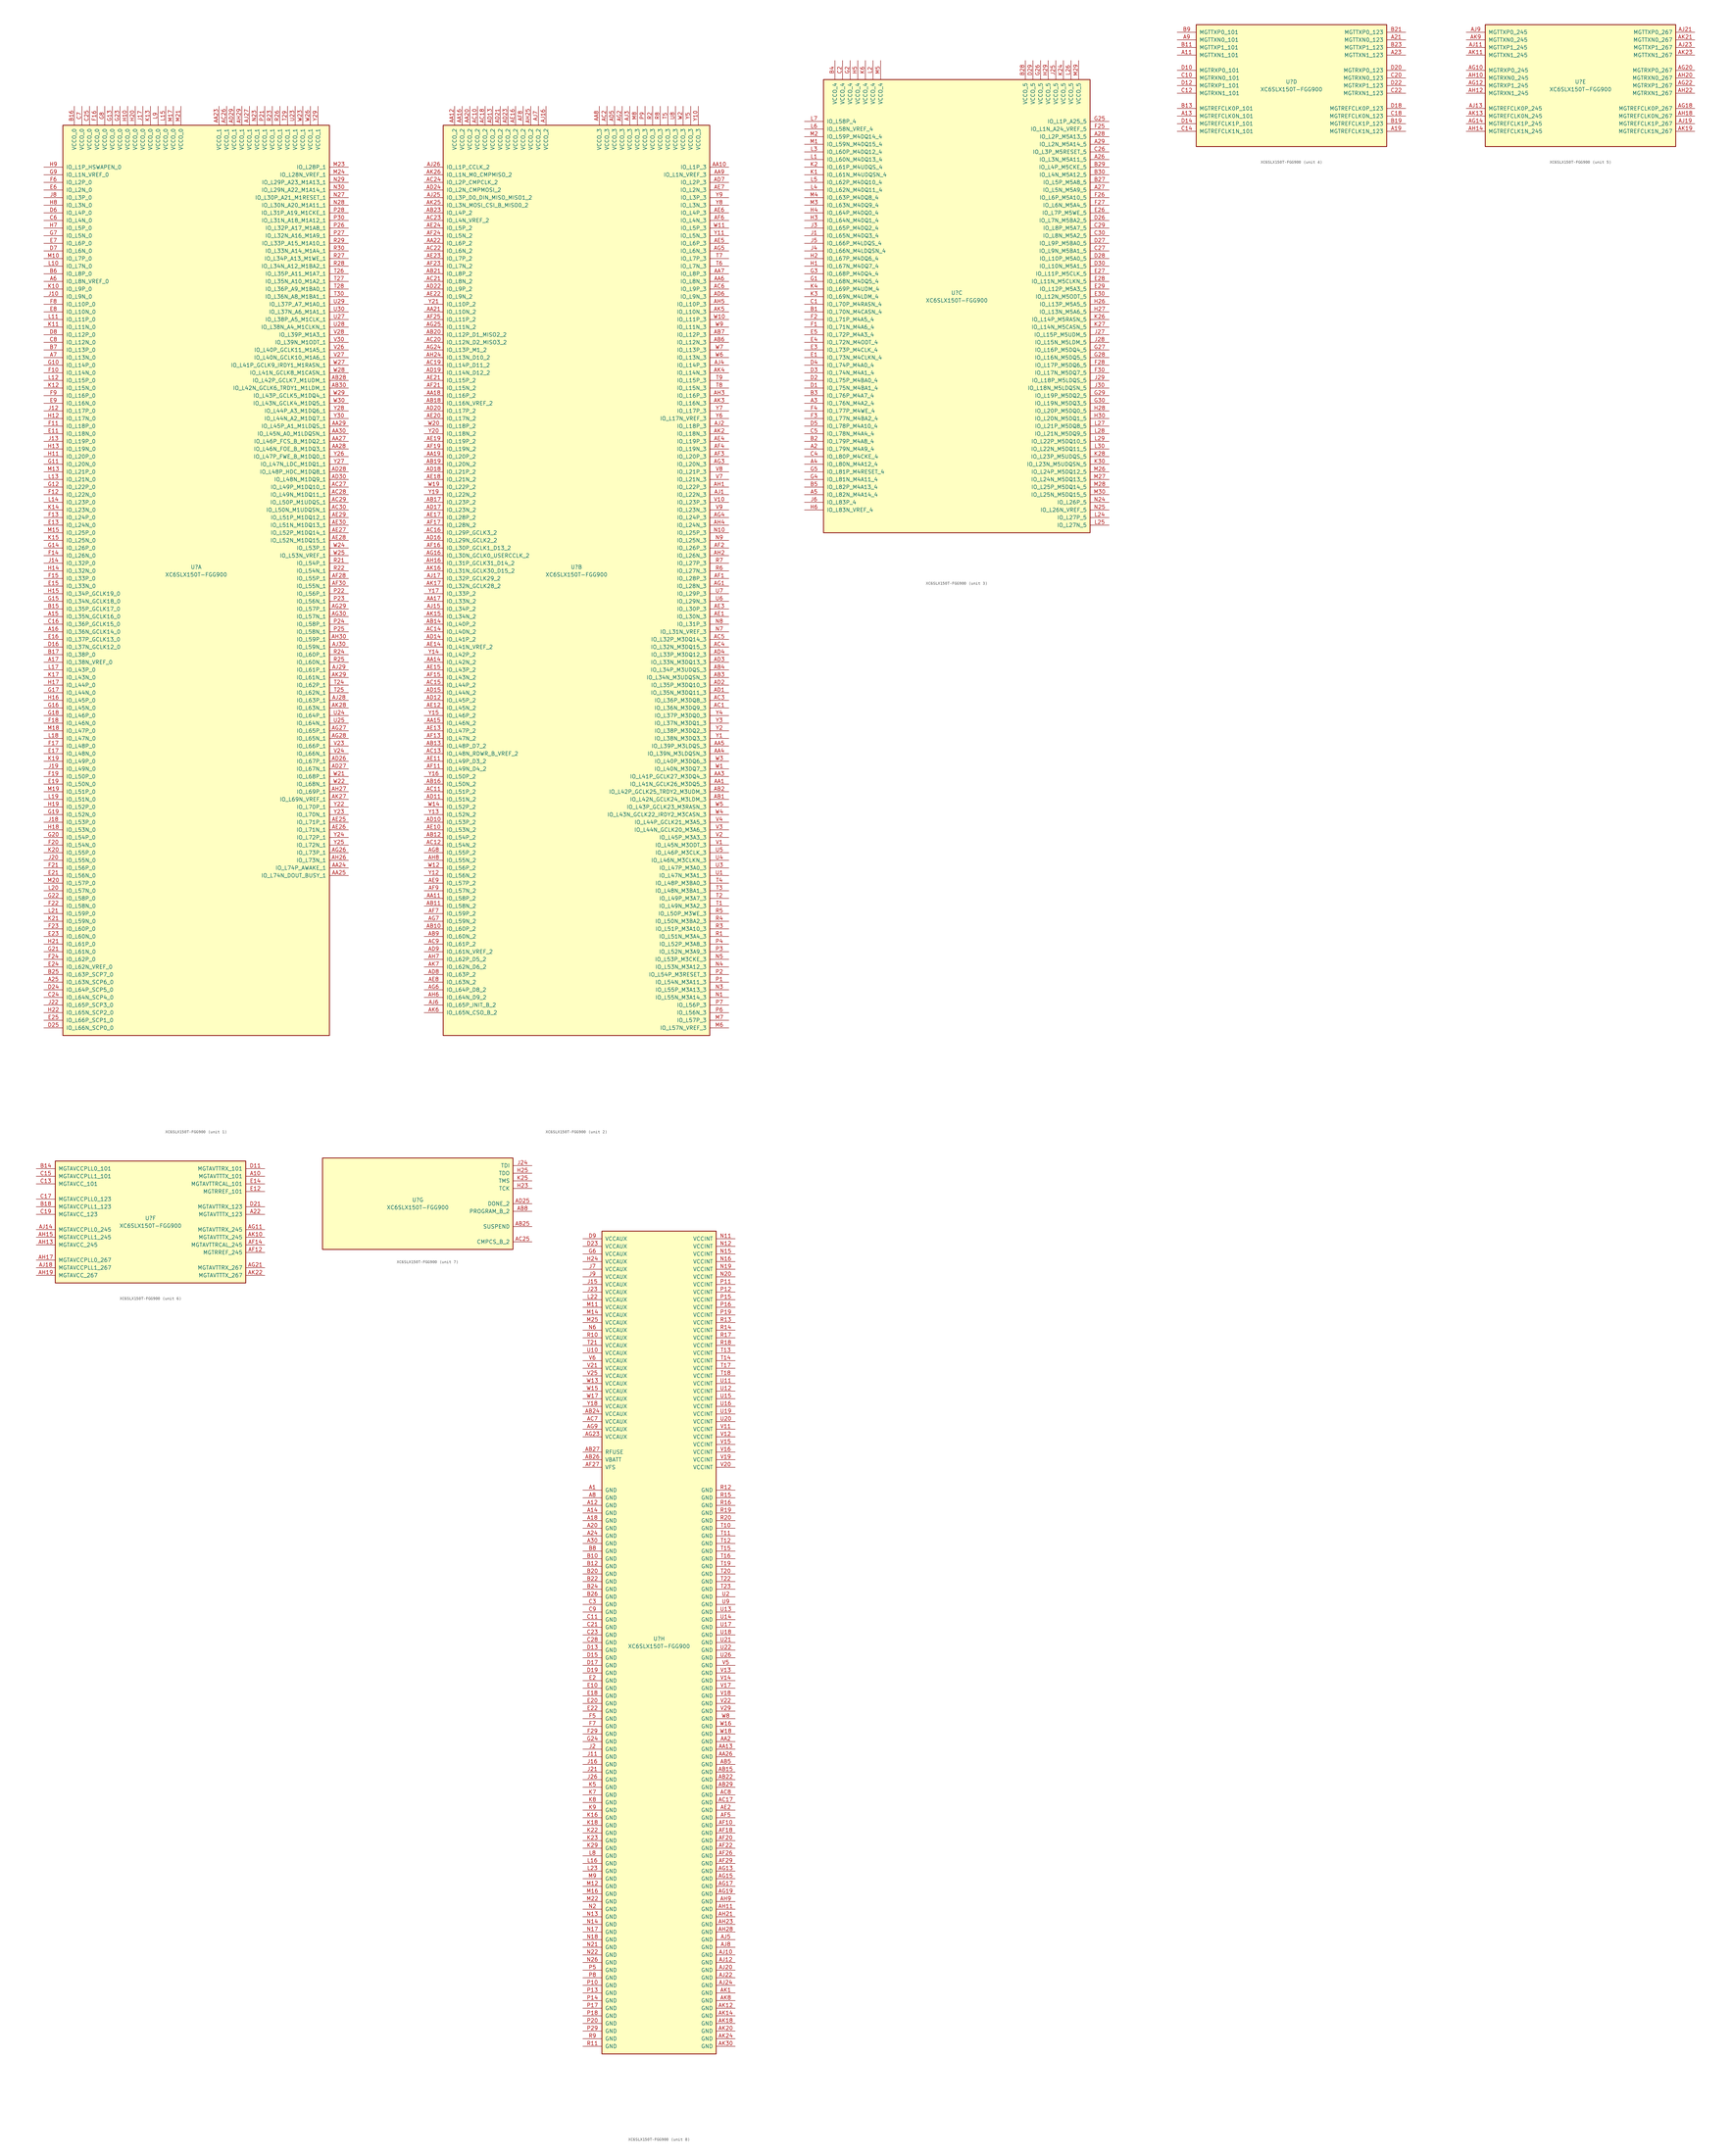
<source format=kicad_sym>
(kicad_symbol_lib
  (version 20211014)
  (generator kicad_symbol_editor)
  (symbol "XC6SLX150T-FGG900"
    (pin_names
      (offset 1.016))
    (property "Reference" "U"
      (at 0 1.27 0)
      (effects (font (size 1.27 1.27))))
    (property "Value" "XC6SLX150T-FGG900"
      (at 0 -1.27 0)
      (effects (font (size 1.27 1.27))))
    (property "Datasheet" ""
      (at 0 0 0)
      (effects (font (size 1.27 1.27))))
    (property "ki_locked" ""
      (at 0 0 0)
      (effects (font (size 1.27 1.27))))
    (symbol "XC6SLX150T-FGG900_1_1"
      (rectangle (start -44.45 148.59) (end 44.45 -154.94) (stroke (width 0.254) (type default) (color 0 0 0 0)) (fill (type background)))
      (pin bidirectional line (at -50.8 -15.24 0) (length 6.35) (name "IO_L35N_GCLK16_0" (effects (font (size 1.27 1.27)))) (number "A15" (effects (font (size 1.27 1.27)))))
      (pin bidirectional line (at -50.8 -20.32 0) (length 6.35) (name "IO_L36N_GCLK14_0" (effects (font (size 1.27 1.27)))) (number "A16" (effects (font (size 1.27 1.27)))))
      (pin bidirectional line (at -50.8 -30.48 0) (length 6.35) (name "IO_L38N_VREF_0" (effects (font (size 1.27 1.27)))) (number "A17" (effects (font (size 1.27 1.27)))))
      (pin bidirectional line (at -50.8 -137.16 0) (length 6.35) (name "IO_L63N_SCP6_0" (effects (font (size 1.27 1.27)))) (number "A25" (effects (font (size 1.27 1.27)))))
      (pin bidirectional line (at -50.8 96.52 0) (length 6.35) (name "IO_L8N_VREF_0" (effects (font (size 1.27 1.27)))) (number "A6" (effects (font (size 1.27 1.27)))))
      (pin bidirectional line (at -50.8 71.12 0) (length 6.35) (name "IO_L13N_0" (effects (font (size 1.27 1.27)))) (number "A7" (effects (font (size 1.27 1.27)))))
      (pin power_in line (at 7.62 154.94 270) (length 6.35) (name "VCCO_1" (effects (font (size 1.27 1.27)))) (number "AA23" (effects (font (size 1.27 1.27)))))
      (pin bidirectional line (at 50.8 -99.06 180) (length 6.35) (name "IO_L74P_AWAKE_1" (effects (font (size 1.27 1.27)))) (number "AA24" (effects (font (size 1.27 1.27)))))
      (pin bidirectional line (at 50.8 -101.6 180) (length 6.35) (name "IO_L74N_DOUT_BUSY_1" (effects (font (size 1.27 1.27)))) (number "AA25" (effects (font (size 1.27 1.27)))))
      (pin bidirectional line (at 50.8 43.18 180) (length 6.35) (name "IO_L46P_FCS_B_M1DQ2_1" (effects (font (size 1.27 1.27)))) (number "AA27" (effects (font (size 1.27 1.27)))))
      (pin bidirectional line (at 50.8 40.64 180) (length 6.35) (name "IO_L46N_FOE_B_M1DQ3_1" (effects (font (size 1.27 1.27)))) (number "AA28" (effects (font (size 1.27 1.27)))))
      (pin bidirectional line (at 50.8 48.26 180) (length 6.35) (name "IO_L45P_A1_M1LDQS_1" (effects (font (size 1.27 1.27)))) (number "AA29" (effects (font (size 1.27 1.27)))))
      (pin bidirectional line (at 50.8 45.72 180) (length 6.35) (name "IO_L45N_A0_M1LDQSN_1" (effects (font (size 1.27 1.27)))) (number "AA30" (effects (font (size 1.27 1.27)))))
      (pin bidirectional line (at 50.8 63.5 180) (length 6.35) (name "IO_L42P_GCLK7_M1UDM_1" (effects (font (size 1.27 1.27)))) (number "AB28" (effects (font (size 1.27 1.27)))))
      (pin bidirectional line (at 50.8 60.96 180) (length 6.35) (name "IO_L42N_GCLK6_TRDY1_M1LDM_1" (effects (font (size 1.27 1.27)))) (number "AB30" (effects (font (size 1.27 1.27)))))
      (pin power_in line (at 10.16 154.94 270) (length 6.35) (name "VCCO_1" (effects (font (size 1.27 1.27)))) (number "AC26" (effects (font (size 1.27 1.27)))))
      (pin bidirectional line (at 50.8 27.94 180) (length 6.35) (name "IO_L49P_M1DQ10_1" (effects (font (size 1.27 1.27)))) (number "AC27" (effects (font (size 1.27 1.27)))))
      (pin bidirectional line (at 50.8 25.4 180) (length 6.35) (name "IO_L49N_M1DQ11_1" (effects (font (size 1.27 1.27)))) (number "AC28" (effects (font (size 1.27 1.27)))))
      (pin bidirectional line (at 50.8 22.86 180) (length 6.35) (name "IO_L50P_M1UDQS_1" (effects (font (size 1.27 1.27)))) (number "AC29" (effects (font (size 1.27 1.27)))))
      (pin bidirectional line (at 50.8 20.32 180) (length 6.35) (name "IO_L50N_M1UDQSN_1" (effects (font (size 1.27 1.27)))) (number "AC30" (effects (font (size 1.27 1.27)))))
      (pin bidirectional line (at 50.8 -63.5 180) (length 6.35) (name "IO_L67P_1" (effects (font (size 1.27 1.27)))) (number "AD26" (effects (font (size 1.27 1.27)))))
      (pin bidirectional line (at 50.8 -66.04 180) (length 6.35) (name "IO_L67N_1" (effects (font (size 1.27 1.27)))) (number "AD27" (effects (font (size 1.27 1.27)))))
      (pin bidirectional line (at 50.8 33.02 180) (length 6.35) (name "IO_L48P_HDC_M1DQ8_1" (effects (font (size 1.27 1.27)))) (number "AD28" (effects (font (size 1.27 1.27)))))
      (pin power_in line (at 12.7 154.94 270) (length 6.35) (name "VCCO_1" (effects (font (size 1.27 1.27)))) (number "AD29" (effects (font (size 1.27 1.27)))))
      (pin bidirectional line (at 50.8 30.48 180) (length 6.35) (name "IO_L48N_M1DQ9_1" (effects (font (size 1.27 1.27)))) (number "AD30" (effects (font (size 1.27 1.27)))))
      (pin bidirectional line (at 50.8 -83.82 180) (length 6.35) (name "IO_L71P_1" (effects (font (size 1.27 1.27)))) (number "AE25" (effects (font (size 1.27 1.27)))))
      (pin bidirectional line (at 50.8 -86.36 180) (length 6.35) (name "IO_L71N_1" (effects (font (size 1.27 1.27)))) (number "AE26" (effects (font (size 1.27 1.27)))))
      (pin bidirectional line (at 50.8 12.7 180) (length 6.35) (name "IO_L52P_M1DQ14_1" (effects (font (size 1.27 1.27)))) (number "AE27" (effects (font (size 1.27 1.27)))))
      (pin bidirectional line (at 50.8 10.16 180) (length 6.35) (name "IO_L52N_M1DQ15_1" (effects (font (size 1.27 1.27)))) (number "AE28" (effects (font (size 1.27 1.27)))))
      (pin bidirectional line (at 50.8 17.78 180) (length 6.35) (name "IO_L51P_M1DQ12_1" (effects (font (size 1.27 1.27)))) (number "AE29" (effects (font (size 1.27 1.27)))))
      (pin bidirectional line (at 50.8 15.24 180) (length 6.35) (name "IO_L51N_M1DQ13_1" (effects (font (size 1.27 1.27)))) (number "AE30" (effects (font (size 1.27 1.27)))))
      (pin bidirectional line (at 50.8 -2.54 180) (length 6.35) (name "IO_L55P_1" (effects (font (size 1.27 1.27)))) (number "AF28" (effects (font (size 1.27 1.27)))))
      (pin bidirectional line (at 50.8 -5.08 180) (length 6.35) (name "IO_L55N_1" (effects (font (size 1.27 1.27)))) (number "AF30" (effects (font (size 1.27 1.27)))))
      (pin bidirectional line (at 50.8 -93.98 180) (length 6.35) (name "IO_L73P_1" (effects (font (size 1.27 1.27)))) (number "AG26" (effects (font (size 1.27 1.27)))))
      (pin bidirectional line (at 50.8 -53.34 180) (length 6.35) (name "IO_L65P_1" (effects (font (size 1.27 1.27)))) (number "AG27" (effects (font (size 1.27 1.27)))))
      (pin bidirectional line (at 50.8 -55.88 180) (length 6.35) (name "IO_L65N_1" (effects (font (size 1.27 1.27)))) (number "AG28" (effects (font (size 1.27 1.27)))))
      (pin bidirectional line (at 50.8 -12.7 180) (length 6.35) (name "IO_L57P_1" (effects (font (size 1.27 1.27)))) (number "AG29" (effects (font (size 1.27 1.27)))))
      (pin bidirectional line (at 50.8 -15.24 180) (length 6.35) (name "IO_L57N_1" (effects (font (size 1.27 1.27)))) (number "AG30" (effects (font (size 1.27 1.27)))))
      (pin bidirectional line (at 50.8 -96.52 180) (length 6.35) (name "IO_L73N_1" (effects (font (size 1.27 1.27)))) (number "AH26" (effects (font (size 1.27 1.27)))))
      (pin bidirectional line (at 50.8 -73.66 180) (length 6.35) (name "IO_L69P_1" (effects (font (size 1.27 1.27)))) (number "AH27" (effects (font (size 1.27 1.27)))))
      (pin power_in line (at 15.24 154.94 270) (length 6.35) (name "VCCO_1" (effects (font (size 1.27 1.27)))) (number "AH29" (effects (font (size 1.27 1.27)))))
      (pin bidirectional line (at 50.8 -22.86 180) (length 6.35) (name "IO_L59P_1" (effects (font (size 1.27 1.27)))) (number "AH30" (effects (font (size 1.27 1.27)))))
      (pin power_in line (at 17.78 154.94 270) (length 6.35) (name "VCCO_1" (effects (font (size 1.27 1.27)))) (number "AJ27" (effects (font (size 1.27 1.27)))))
      (pin bidirectional line (at 50.8 -43.18 180) (length 6.35) (name "IO_L63P_1" (effects (font (size 1.27 1.27)))) (number "AJ28" (effects (font (size 1.27 1.27)))))
      (pin bidirectional line (at 50.8 -33.02 180) (length 6.35) (name "IO_L61P_1" (effects (font (size 1.27 1.27)))) (number "AJ29" (effects (font (size 1.27 1.27)))))
      (pin bidirectional line (at 50.8 -25.4 180) (length 6.35) (name "IO_L59N_1" (effects (font (size 1.27 1.27)))) (number "AJ30" (effects (font (size 1.27 1.27)))))
      (pin bidirectional line (at 50.8 -76.2 180) (length 6.35) (name "IO_L69N_VREF_1" (effects (font (size 1.27 1.27)))) (number "AK27" (effects (font (size 1.27 1.27)))))
      (pin bidirectional line (at 50.8 -45.72 180) (length 6.35) (name "IO_L63N_1" (effects (font (size 1.27 1.27)))) (number "AK28" (effects (font (size 1.27 1.27)))))
      (pin bidirectional line (at 50.8 -35.56 180) (length 6.35) (name "IO_L61N_1" (effects (font (size 1.27 1.27)))) (number "AK29" (effects (font (size 1.27 1.27)))))
      (pin bidirectional line (at -50.8 -12.7 0) (length 6.35) (name "IO_L35P_GCLK17_0" (effects (font (size 1.27 1.27)))) (number "B15" (effects (font (size 1.27 1.27)))))
      (pin power_in line (at -40.64 154.94 270) (length 6.35) (name "VCCO_0" (effects (font (size 1.27 1.27)))) (number "B16" (effects (font (size 1.27 1.27)))))
      (pin bidirectional line (at -50.8 -27.94 0) (length 6.35) (name "IO_L38P_0" (effects (font (size 1.27 1.27)))) (number "B17" (effects (font (size 1.27 1.27)))))
      (pin bidirectional line (at -50.8 -134.62 0) (length 6.35) (name "IO_L63P_SCP7_0" (effects (font (size 1.27 1.27)))) (number "B25" (effects (font (size 1.27 1.27)))))
      (pin bidirectional line (at -50.8 99.06 0) (length 6.35) (name "IO_L8P_0" (effects (font (size 1.27 1.27)))) (number "B6" (effects (font (size 1.27 1.27)))))
      (pin bidirectional line (at -50.8 73.66 0) (length 6.35) (name "IO_L13P_0" (effects (font (size 1.27 1.27)))) (number "B7" (effects (font (size 1.27 1.27)))))
      (pin bidirectional line (at -50.8 -17.78 0) (length 6.35) (name "IO_L36P_GCLK15_0" (effects (font (size 1.27 1.27)))) (number "C16" (effects (font (size 1.27 1.27)))))
      (pin bidirectional line (at -50.8 -142.24 0) (length 6.35) (name "IO_L64N_SCP4_0" (effects (font (size 1.27 1.27)))) (number "C24" (effects (font (size 1.27 1.27)))))
      (pin power_in line (at -35.56 154.94 270) (length 6.35) (name "VCCO_0" (effects (font (size 1.27 1.27)))) (number "C25" (effects (font (size 1.27 1.27)))))
      (pin bidirectional line (at -50.8 116.84 0) (length 6.35) (name "IO_L4N_0" (effects (font (size 1.27 1.27)))) (number "C6" (effects (font (size 1.27 1.27)))))
      (pin power_in line (at -38.1 154.94 270) (length 6.35) (name "VCCO_0" (effects (font (size 1.27 1.27)))) (number "C7" (effects (font (size 1.27 1.27)))))
      (pin bidirectional line (at -50.8 76.2 0) (length 6.35) (name "IO_L12N_0" (effects (font (size 1.27 1.27)))) (number "C8" (effects (font (size 1.27 1.27)))))
      (pin bidirectional line (at -50.8 -25.4 0) (length 6.35) (name "IO_L37N_GCLK12_0" (effects (font (size 1.27 1.27)))) (number "D16" (effects (font (size 1.27 1.27)))))
      (pin bidirectional line (at -50.8 -139.7 0) (length 6.35) (name "IO_L64P_SCP5_0" (effects (font (size 1.27 1.27)))) (number "D24" (effects (font (size 1.27 1.27)))))
      (pin bidirectional line (at -50.8 -152.4 0) (length 6.35) (name "IO_L66N_SCP0_0" (effects (font (size 1.27 1.27)))) (number "D25" (effects (font (size 1.27 1.27)))))
      (pin bidirectional line (at -50.8 119.38 0) (length 6.35) (name "IO_L4P_0" (effects (font (size 1.27 1.27)))) (number "D6" (effects (font (size 1.27 1.27)))))
      (pin bidirectional line (at -50.8 106.68 0) (length 6.35) (name "IO_L6N_0" (effects (font (size 1.27 1.27)))) (number "D7" (effects (font (size 1.27 1.27)))))
      (pin bidirectional line (at -50.8 78.74 0) (length 6.35) (name "IO_L12P_0" (effects (font (size 1.27 1.27)))) (number "D8" (effects (font (size 1.27 1.27)))))
      (pin bidirectional line (at -50.8 45.72 0) (length 6.35) (name "IO_L18N_0" (effects (font (size 1.27 1.27)))) (number "E11" (effects (font (size 1.27 1.27)))))
      (pin bidirectional line (at -50.8 15.24 0) (length 6.35) (name "IO_L24N_0" (effects (font (size 1.27 1.27)))) (number "E13" (effects (font (size 1.27 1.27)))))
      (pin bidirectional line (at -50.8 -5.08 0) (length 6.35) (name "IO_L33N_0" (effects (font (size 1.27 1.27)))) (number "E15" (effects (font (size 1.27 1.27)))))
      (pin bidirectional line (at -50.8 -22.86 0) (length 6.35) (name "IO_L37P_GCLK13_0" (effects (font (size 1.27 1.27)))) (number "E16" (effects (font (size 1.27 1.27)))))
      (pin bidirectional line (at -50.8 -60.96 0) (length 6.35) (name "IO_L48N_0" (effects (font (size 1.27 1.27)))) (number "E17" (effects (font (size 1.27 1.27)))))
      (pin bidirectional line (at -50.8 -71.12 0) (length 6.35) (name "IO_L50N_0" (effects (font (size 1.27 1.27)))) (number "E19" (effects (font (size 1.27 1.27)))))
      (pin bidirectional line (at -50.8 -101.6 0) (length 6.35) (name "IO_L56N_0" (effects (font (size 1.27 1.27)))) (number "E21" (effects (font (size 1.27 1.27)))))
      (pin bidirectional line (at -50.8 -121.92 0) (length 6.35) (name "IO_L60N_0" (effects (font (size 1.27 1.27)))) (number "E23" (effects (font (size 1.27 1.27)))))
      (pin bidirectional line (at -50.8 -132.08 0) (length 6.35) (name "IO_L62N_VREF_0" (effects (font (size 1.27 1.27)))) (number "E24" (effects (font (size 1.27 1.27)))))
      (pin bidirectional line (at -50.8 -149.86 0) (length 6.35) (name "IO_L66P_SCP1_0" (effects (font (size 1.27 1.27)))) (number "E25" (effects (font (size 1.27 1.27)))))
      (pin bidirectional line (at -50.8 127 0) (length 6.35) (name "IO_L2N_0" (effects (font (size 1.27 1.27)))) (number "E6" (effects (font (size 1.27 1.27)))))
      (pin bidirectional line (at -50.8 109.22 0) (length 6.35) (name "IO_L6P_0" (effects (font (size 1.27 1.27)))) (number "E7" (effects (font (size 1.27 1.27)))))
      (pin bidirectional line (at -50.8 86.36 0) (length 6.35) (name "IO_L10N_0" (effects (font (size 1.27 1.27)))) (number "E8" (effects (font (size 1.27 1.27)))))
      (pin bidirectional line (at -50.8 55.88 0) (length 6.35) (name "IO_L16N_0" (effects (font (size 1.27 1.27)))) (number "E9" (effects (font (size 1.27 1.27)))))
      (pin bidirectional line (at -50.8 66.04 0) (length 6.35) (name "IO_L14N_0" (effects (font (size 1.27 1.27)))) (number "F10" (effects (font (size 1.27 1.27)))))
      (pin bidirectional line (at -50.8 48.26 0) (length 6.35) (name "IO_L18P_0" (effects (font (size 1.27 1.27)))) (number "F11" (effects (font (size 1.27 1.27)))))
      (pin bidirectional line (at -50.8 25.4 0) (length 6.35) (name "IO_L22N_0" (effects (font (size 1.27 1.27)))) (number "F12" (effects (font (size 1.27 1.27)))))
      (pin bidirectional line (at -50.8 17.78 0) (length 6.35) (name "IO_L24P_0" (effects (font (size 1.27 1.27)))) (number "F13" (effects (font (size 1.27 1.27)))))
      (pin bidirectional line (at -50.8 5.08 0) (length 6.35) (name "IO_L26N_0" (effects (font (size 1.27 1.27)))) (number "F14" (effects (font (size 1.27 1.27)))))
      (pin bidirectional line (at -50.8 -2.54 0) (length 6.35) (name "IO_L33P_0" (effects (font (size 1.27 1.27)))) (number "F15" (effects (font (size 1.27 1.27)))))
      (pin power_in line (at -33.02 154.94 270) (length 6.35) (name "VCCO_0" (effects (font (size 1.27 1.27)))) (number "F16" (effects (font (size 1.27 1.27)))))
      (pin bidirectional line (at -50.8 -58.42 0) (length 6.35) (name "IO_L48P_0" (effects (font (size 1.27 1.27)))) (number "F17" (effects (font (size 1.27 1.27)))))
      (pin bidirectional line (at -50.8 -50.8 0) (length 6.35) (name "IO_L46N_0" (effects (font (size 1.27 1.27)))) (number "F18" (effects (font (size 1.27 1.27)))))
      (pin bidirectional line (at -50.8 -68.58 0) (length 6.35) (name "IO_L50P_0" (effects (font (size 1.27 1.27)))) (number "F19" (effects (font (size 1.27 1.27)))))
      (pin bidirectional line (at -50.8 -91.44 0) (length 6.35) (name "IO_L54N_0" (effects (font (size 1.27 1.27)))) (number "F20" (effects (font (size 1.27 1.27)))))
      (pin bidirectional line (at -50.8 -99.06 0) (length 6.35) (name "IO_L56P_0" (effects (font (size 1.27 1.27)))) (number "F21" (effects (font (size 1.27 1.27)))))
      (pin bidirectional line (at -50.8 -111.76 0) (length 6.35) (name "IO_L58N_0" (effects (font (size 1.27 1.27)))) (number "F22" (effects (font (size 1.27 1.27)))))
      (pin bidirectional line (at -50.8 -119.38 0) (length 6.35) (name "IO_L60P_0" (effects (font (size 1.27 1.27)))) (number "F23" (effects (font (size 1.27 1.27)))))
      (pin bidirectional line (at -50.8 -129.54 0) (length 6.35) (name "IO_L62P_0" (effects (font (size 1.27 1.27)))) (number "F24" (effects (font (size 1.27 1.27)))))
      (pin bidirectional line (at -50.8 129.54 0) (length 6.35) (name "IO_L2P_0" (effects (font (size 1.27 1.27)))) (number "F6" (effects (font (size 1.27 1.27)))))
      (pin bidirectional line (at -50.8 88.9 0) (length 6.35) (name "IO_L10P_0" (effects (font (size 1.27 1.27)))) (number "F8" (effects (font (size 1.27 1.27)))))
      (pin bidirectional line (at -50.8 58.42 0) (length 6.35) (name "IO_L16P_0" (effects (font (size 1.27 1.27)))) (number "F9" (effects (font (size 1.27 1.27)))))
      (pin bidirectional line (at -50.8 68.58 0) (length 6.35) (name "IO_L14P_0" (effects (font (size 1.27 1.27)))) (number "G10" (effects (font (size 1.27 1.27)))))
      (pin bidirectional line (at -50.8 35.56 0) (length 6.35) (name "IO_L20N_0" (effects (font (size 1.27 1.27)))) (number "G11" (effects (font (size 1.27 1.27)))))
      (pin bidirectional line (at -50.8 27.94 0) (length 6.35) (name "IO_L22P_0" (effects (font (size 1.27 1.27)))) (number "G12" (effects (font (size 1.27 1.27)))))
      (pin power_in line (at -27.94 154.94 270) (length 6.35) (name "VCCO_0" (effects (font (size 1.27 1.27)))) (number "G13" (effects (font (size 1.27 1.27)))))
      (pin bidirectional line (at -50.8 7.62 0) (length 6.35) (name "IO_L26P_0" (effects (font (size 1.27 1.27)))) (number "G14" (effects (font (size 1.27 1.27)))))
      (pin bidirectional line (at -50.8 -10.16 0) (length 6.35) (name "IO_L34N_GCLK18_0" (effects (font (size 1.27 1.27)))) (number "G15" (effects (font (size 1.27 1.27)))))
      (pin bidirectional line (at -50.8 -45.72 0) (length 6.35) (name "IO_L45N_0" (effects (font (size 1.27 1.27)))) (number "G16" (effects (font (size 1.27 1.27)))))
      (pin bidirectional line (at -50.8 -40.64 0) (length 6.35) (name "IO_L44N_0" (effects (font (size 1.27 1.27)))) (number "G17" (effects (font (size 1.27 1.27)))))
      (pin bidirectional line (at -50.8 -48.26 0) (length 6.35) (name "IO_L46P_0" (effects (font (size 1.27 1.27)))) (number "G18" (effects (font (size 1.27 1.27)))))
      (pin bidirectional line (at -50.8 -81.28 0) (length 6.35) (name "IO_L52N_0" (effects (font (size 1.27 1.27)))) (number "G19" (effects (font (size 1.27 1.27)))))
      (pin bidirectional line (at -50.8 -88.9 0) (length 6.35) (name "IO_L54P_0" (effects (font (size 1.27 1.27)))) (number "G20" (effects (font (size 1.27 1.27)))))
      (pin bidirectional line (at -50.8 -127 0) (length 6.35) (name "IO_L61N_0" (effects (font (size 1.27 1.27)))) (number "G21" (effects (font (size 1.27 1.27)))))
      (pin bidirectional line (at -50.8 -109.22 0) (length 6.35) (name "IO_L58P_0" (effects (font (size 1.27 1.27)))) (number "G22" (effects (font (size 1.27 1.27)))))
      (pin power_in line (at -25.4 154.94 270) (length 6.35) (name "VCCO_0" (effects (font (size 1.27 1.27)))) (number "G23" (effects (font (size 1.27 1.27)))))
      (pin bidirectional line (at -50.8 111.76 0) (length 6.35) (name "IO_L5N_0" (effects (font (size 1.27 1.27)))) (number "G7" (effects (font (size 1.27 1.27)))))
      (pin power_in line (at -30.48 154.94 270) (length 6.35) (name "VCCO_0" (effects (font (size 1.27 1.27)))) (number "G8" (effects (font (size 1.27 1.27)))))
      (pin bidirectional line (at -50.8 132.08 0) (length 6.35) (name "IO_L1N_VREF_0" (effects (font (size 1.27 1.27)))) (number "G9" (effects (font (size 1.27 1.27)))))
      (pin power_in line (at -22.86 154.94 270) (length 6.35) (name "VCCO_0" (effects (font (size 1.27 1.27)))) (number "H10" (effects (font (size 1.27 1.27)))))
      (pin bidirectional line (at -50.8 38.1 0) (length 6.35) (name "IO_L20P_0" (effects (font (size 1.27 1.27)))) (number "H11" (effects (font (size 1.27 1.27)))))
      (pin bidirectional line (at -50.8 50.8 0) (length 6.35) (name "IO_L17N_0" (effects (font (size 1.27 1.27)))) (number "H12" (effects (font (size 1.27 1.27)))))
      (pin bidirectional line (at -50.8 40.64 0) (length 6.35) (name "IO_L19N_0" (effects (font (size 1.27 1.27)))) (number "H13" (effects (font (size 1.27 1.27)))))
      (pin bidirectional line (at -50.8 0 0) (length 6.35) (name "IO_L32N_0" (effects (font (size 1.27 1.27)))) (number "H14" (effects (font (size 1.27 1.27)))))
      (pin bidirectional line (at -50.8 -7.62 0) (length 6.35) (name "IO_L34P_GCLK19_0" (effects (font (size 1.27 1.27)))) (number "H15" (effects (font (size 1.27 1.27)))))
      (pin bidirectional line (at -50.8 -43.18 0) (length 6.35) (name "IO_L45P_0" (effects (font (size 1.27 1.27)))) (number "H16" (effects (font (size 1.27 1.27)))))
      (pin bidirectional line (at -50.8 -38.1 0) (length 6.35) (name "IO_L44P_0" (effects (font (size 1.27 1.27)))) (number "H17" (effects (font (size 1.27 1.27)))))
      (pin bidirectional line (at -50.8 -86.36 0) (length 6.35) (name "IO_L53N_0" (effects (font (size 1.27 1.27)))) (number "H18" (effects (font (size 1.27 1.27)))))
      (pin bidirectional line (at -50.8 -78.74 0) (length 6.35) (name "IO_L52P_0" (effects (font (size 1.27 1.27)))) (number "H19" (effects (font (size 1.27 1.27)))))
      (pin power_in line (at -20.32 154.94 270) (length 6.35) (name "VCCO_0" (effects (font (size 1.27 1.27)))) (number "H20" (effects (font (size 1.27 1.27)))))
      (pin bidirectional line (at -50.8 -124.46 0) (length 6.35) (name "IO_L61P_0" (effects (font (size 1.27 1.27)))) (number "H21" (effects (font (size 1.27 1.27)))))
      (pin bidirectional line (at -50.8 -147.32 0) (length 6.35) (name "IO_L65N_SCP2_0" (effects (font (size 1.27 1.27)))) (number "H22" (effects (font (size 1.27 1.27)))))
      (pin bidirectional line (at -50.8 114.3 0) (length 6.35) (name "IO_L5P_0" (effects (font (size 1.27 1.27)))) (number "H7" (effects (font (size 1.27 1.27)))))
      (pin bidirectional line (at -50.8 121.92 0) (length 6.35) (name "IO_L3N_0" (effects (font (size 1.27 1.27)))) (number "H8" (effects (font (size 1.27 1.27)))))
      (pin bidirectional line (at -50.8 134.62 0) (length 6.35) (name "IO_L1P_HSWAPEN_0" (effects (font (size 1.27 1.27)))) (number "H9" (effects (font (size 1.27 1.27)))))
      (pin bidirectional line (at -50.8 91.44 0) (length 6.35) (name "IO_L9N_0" (effects (font (size 1.27 1.27)))) (number "J10" (effects (font (size 1.27 1.27)))))
      (pin bidirectional line (at -50.8 53.34 0) (length 6.35) (name "IO_L17P_0" (effects (font (size 1.27 1.27)))) (number "J12" (effects (font (size 1.27 1.27)))))
      (pin bidirectional line (at -50.8 43.18 0) (length 6.35) (name "IO_L19P_0" (effects (font (size 1.27 1.27)))) (number "J13" (effects (font (size 1.27 1.27)))))
      (pin bidirectional line (at -50.8 2.54 0) (length 6.35) (name "IO_L32P_0" (effects (font (size 1.27 1.27)))) (number "J14" (effects (font (size 1.27 1.27)))))
      (pin power_in line (at -17.78 154.94 270) (length 6.35) (name "VCCO_0" (effects (font (size 1.27 1.27)))) (number "J17" (effects (font (size 1.27 1.27)))))
      (pin bidirectional line (at -50.8 -83.82 0) (length 6.35) (name "IO_L53P_0" (effects (font (size 1.27 1.27)))) (number "J18" (effects (font (size 1.27 1.27)))))
      (pin bidirectional line (at -50.8 -66.04 0) (length 6.35) (name "IO_L49N_0" (effects (font (size 1.27 1.27)))) (number "J19" (effects (font (size 1.27 1.27)))))
      (pin bidirectional line (at -50.8 -96.52 0) (length 6.35) (name "IO_L55N_0" (effects (font (size 1.27 1.27)))) (number "J20" (effects (font (size 1.27 1.27)))))
      (pin bidirectional line (at -50.8 -144.78 0) (length 6.35) (name "IO_L65P_SCP3_0" (effects (font (size 1.27 1.27)))) (number "J22" (effects (font (size 1.27 1.27)))))
      (pin bidirectional line (at -50.8 124.46 0) (length 6.35) (name "IO_L3P_0" (effects (font (size 1.27 1.27)))) (number "J8" (effects (font (size 1.27 1.27)))))
      (pin bidirectional line (at -50.8 93.98 0) (length 6.35) (name "IO_L9P_0" (effects (font (size 1.27 1.27)))) (number "K10" (effects (font (size 1.27 1.27)))))
      (pin bidirectional line (at -50.8 81.28 0) (length 6.35) (name "IO_L11N_0" (effects (font (size 1.27 1.27)))) (number "K11" (effects (font (size 1.27 1.27)))))
      (pin bidirectional line (at -50.8 60.96 0) (length 6.35) (name "IO_L15N_0" (effects (font (size 1.27 1.27)))) (number "K12" (effects (font (size 1.27 1.27)))))
      (pin power_in line (at -15.24 154.94 270) (length 6.35) (name "VCCO_0" (effects (font (size 1.27 1.27)))) (number "K13" (effects (font (size 1.27 1.27)))))
      (pin bidirectional line (at -50.8 20.32 0) (length 6.35) (name "IO_L23N_0" (effects (font (size 1.27 1.27)))) (number "K14" (effects (font (size 1.27 1.27)))))
      (pin bidirectional line (at -50.8 10.16 0) (length 6.35) (name "IO_L25N_0" (effects (font (size 1.27 1.27)))) (number "K15" (effects (font (size 1.27 1.27)))))
      (pin bidirectional line (at -50.8 -35.56 0) (length 6.35) (name "IO_L43N_0" (effects (font (size 1.27 1.27)))) (number "K17" (effects (font (size 1.27 1.27)))))
      (pin bidirectional line (at -50.8 -63.5 0) (length 6.35) (name "IO_L49P_0" (effects (font (size 1.27 1.27)))) (number "K19" (effects (font (size 1.27 1.27)))))
      (pin bidirectional line (at -50.8 -93.98 0) (length 6.35) (name "IO_L55P_0" (effects (font (size 1.27 1.27)))) (number "K20" (effects (font (size 1.27 1.27)))))
      (pin bidirectional line (at -50.8 -116.84 0) (length 6.35) (name "IO_L59N_0" (effects (font (size 1.27 1.27)))) (number "K21" (effects (font (size 1.27 1.27)))))
      (pin bidirectional line (at -50.8 101.6 0) (length 6.35) (name "IO_L7N_0" (effects (font (size 1.27 1.27)))) (number "L10" (effects (font (size 1.27 1.27)))))
      (pin bidirectional line (at -50.8 83.82 0) (length 6.35) (name "IO_L11P_0" (effects (font (size 1.27 1.27)))) (number "L11" (effects (font (size 1.27 1.27)))))
      (pin bidirectional line (at -50.8 63.5 0) (length 6.35) (name "IO_L15P_0" (effects (font (size 1.27 1.27)))) (number "L12" (effects (font (size 1.27 1.27)))))
      (pin bidirectional line (at -50.8 30.48 0) (length 6.35) (name "IO_L21N_0" (effects (font (size 1.27 1.27)))) (number "L13" (effects (font (size 1.27 1.27)))))
      (pin bidirectional line (at -50.8 22.86 0) (length 6.35) (name "IO_L23P_0" (effects (font (size 1.27 1.27)))) (number "L14" (effects (font (size 1.27 1.27)))))
      (pin power_in line (at -10.16 154.94 270) (length 6.35) (name "VCCO_0" (effects (font (size 1.27 1.27)))) (number "L15" (effects (font (size 1.27 1.27)))))
      (pin bidirectional line (at -50.8 -33.02 0) (length 6.35) (name "IO_L43P_0" (effects (font (size 1.27 1.27)))) (number "L17" (effects (font (size 1.27 1.27)))))
      (pin bidirectional line (at -50.8 -55.88 0) (length 6.35) (name "IO_L47N_0" (effects (font (size 1.27 1.27)))) (number "L18" (effects (font (size 1.27 1.27)))))
      (pin bidirectional line (at -50.8 -76.2 0) (length 6.35) (name "IO_L51N_0" (effects (font (size 1.27 1.27)))) (number "L19" (effects (font (size 1.27 1.27)))))
      (pin bidirectional line (at -50.8 -106.68 0) (length 6.35) (name "IO_L57N_0" (effects (font (size 1.27 1.27)))) (number "L20" (effects (font (size 1.27 1.27)))))
      (pin bidirectional line (at -50.8 -114.3 0) (length 6.35) (name "IO_L59P_0" (effects (font (size 1.27 1.27)))) (number "L21" (effects (font (size 1.27 1.27)))))
      (pin power_in line (at -12.7 154.94 270) (length 6.35) (name "VCCO_0" (effects (font (size 1.27 1.27)))) (number "L9" (effects (font (size 1.27 1.27)))))
      (pin bidirectional line (at -50.8 104.14 0) (length 6.35) (name "IO_L7P_0" (effects (font (size 1.27 1.27)))) (number "M10" (effects (font (size 1.27 1.27)))))
      (pin bidirectional line (at -50.8 33.02 0) (length 6.35) (name "IO_L21P_0" (effects (font (size 1.27 1.27)))) (number "M13" (effects (font (size 1.27 1.27)))))
      (pin bidirectional line (at -50.8 12.7 0) (length 6.35) (name "IO_L25P_0" (effects (font (size 1.27 1.27)))) (number "M15" (effects (font (size 1.27 1.27)))))
      (pin power_in line (at -7.62 154.94 270) (length 6.35) (name "VCCO_0" (effects (font (size 1.27 1.27)))) (number "M17" (effects (font (size 1.27 1.27)))))
      (pin bidirectional line (at -50.8 -53.34 0) (length 6.35) (name "IO_L47P_0" (effects (font (size 1.27 1.27)))) (number "M18" (effects (font (size 1.27 1.27)))))
      (pin bidirectional line (at -50.8 -73.66 0) (length 6.35) (name "IO_L51P_0" (effects (font (size 1.27 1.27)))) (number "M19" (effects (font (size 1.27 1.27)))))
      (pin bidirectional line (at -50.8 -104.14 0) (length 6.35) (name "IO_L57P_0" (effects (font (size 1.27 1.27)))) (number "M20" (effects (font (size 1.27 1.27)))))
      (pin power_in line (at -5.08 154.94 270) (length 6.35) (name "VCCO_0" (effects (font (size 1.27 1.27)))) (number "M21" (effects (font (size 1.27 1.27)))))
      (pin bidirectional line (at 50.8 134.62 180) (length 6.35) (name "IO_L28P_1" (effects (font (size 1.27 1.27)))) (number "M23" (effects (font (size 1.27 1.27)))))
      (pin bidirectional line (at 50.8 132.08 180) (length 6.35) (name "IO_L28N_VREF_1" (effects (font (size 1.27 1.27)))) (number "M24" (effects (font (size 1.27 1.27)))))
      (pin power_in line (at 20.32 154.94 270) (length 6.35) (name "VCCO_1" (effects (font (size 1.27 1.27)))) (number "N23" (effects (font (size 1.27 1.27)))))
      (pin bidirectional line (at 50.8 124.46 180) (length 6.35) (name "IO_L30P_A21_M1RESET_1" (effects (font (size 1.27 1.27)))) (number "N27" (effects (font (size 1.27 1.27)))))
      (pin bidirectional line (at 50.8 121.92 180) (length 6.35) (name "IO_L30N_A20_M1A11_1" (effects (font (size 1.27 1.27)))) (number "N28" (effects (font (size 1.27 1.27)))))
      (pin bidirectional line (at 50.8 129.54 180) (length 6.35) (name "IO_L29P_A23_M1A13_1" (effects (font (size 1.27 1.27)))) (number "N29" (effects (font (size 1.27 1.27)))))
      (pin bidirectional line (at 50.8 127 180) (length 6.35) (name "IO_L29N_A22_M1A14_1" (effects (font (size 1.27 1.27)))) (number "N30" (effects (font (size 1.27 1.27)))))
      (pin power_in line (at 22.86 154.94 270) (length 6.35) (name "VCCO_1" (effects (font (size 1.27 1.27)))) (number "P21" (effects (font (size 1.27 1.27)))))
      (pin bidirectional line (at 50.8 -7.62 180) (length 6.35) (name "IO_L56P_1" (effects (font (size 1.27 1.27)))) (number "P22" (effects (font (size 1.27 1.27)))))
      (pin bidirectional line (at 50.8 -10.16 180) (length 6.35) (name "IO_L56N_1" (effects (font (size 1.27 1.27)))) (number "P23" (effects (font (size 1.27 1.27)))))
      (pin bidirectional line (at 50.8 -17.78 180) (length 6.35) (name "IO_L58P_1" (effects (font (size 1.27 1.27)))) (number "P24" (effects (font (size 1.27 1.27)))))
      (pin bidirectional line (at 50.8 -20.32 180) (length 6.35) (name "IO_L58N_1" (effects (font (size 1.27 1.27)))) (number "P25" (effects (font (size 1.27 1.27)))))
      (pin bidirectional line (at 50.8 114.3 180) (length 6.35) (name "IO_L32P_A17_M1A8_1" (effects (font (size 1.27 1.27)))) (number "P26" (effects (font (size 1.27 1.27)))))
      (pin bidirectional line (at 50.8 111.76 180) (length 6.35) (name "IO_L32N_A16_M1A9_1" (effects (font (size 1.27 1.27)))) (number "P27" (effects (font (size 1.27 1.27)))))
      (pin bidirectional line (at 50.8 119.38 180) (length 6.35) (name "IO_L31P_A19_M1CKE_1" (effects (font (size 1.27 1.27)))) (number "P28" (effects (font (size 1.27 1.27)))))
      (pin bidirectional line (at 50.8 116.84 180) (length 6.35) (name "IO_L31N_A18_M1A12_1" (effects (font (size 1.27 1.27)))) (number "P30" (effects (font (size 1.27 1.27)))))
      (pin bidirectional line (at 50.8 2.54 180) (length 6.35) (name "IO_L54P_1" (effects (font (size 1.27 1.27)))) (number "R21" (effects (font (size 1.27 1.27)))))
      (pin bidirectional line (at 50.8 0 180) (length 6.35) (name "IO_L54N_1" (effects (font (size 1.27 1.27)))) (number "R22" (effects (font (size 1.27 1.27)))))
      (pin power_in line (at 25.4 154.94 270) (length 6.35) (name "VCCO_1" (effects (font (size 1.27 1.27)))) (number "R23" (effects (font (size 1.27 1.27)))))
      (pin bidirectional line (at 50.8 -27.94 180) (length 6.35) (name "IO_L60P_1" (effects (font (size 1.27 1.27)))) (number "R24" (effects (font (size 1.27 1.27)))))
      (pin bidirectional line (at 50.8 -30.48 180) (length 6.35) (name "IO_L60N_1" (effects (font (size 1.27 1.27)))) (number "R25" (effects (font (size 1.27 1.27)))))
      (pin power_in line (at 27.94 154.94 270) (length 6.35) (name "VCCO_1" (effects (font (size 1.27 1.27)))) (number "R26" (effects (font (size 1.27 1.27)))))
      (pin bidirectional line (at 50.8 104.14 180) (length 6.35) (name "IO_L34P_A13_M1WE_1" (effects (font (size 1.27 1.27)))) (number "R27" (effects (font (size 1.27 1.27)))))
      (pin bidirectional line (at 50.8 101.6 180) (length 6.35) (name "IO_L34N_A12_M1BA2_1" (effects (font (size 1.27 1.27)))) (number "R28" (effects (font (size 1.27 1.27)))))
      (pin bidirectional line (at 50.8 109.22 180) (length 6.35) (name "IO_L33P_A15_M1A10_1" (effects (font (size 1.27 1.27)))) (number "R29" (effects (font (size 1.27 1.27)))))
      (pin bidirectional line (at 50.8 106.68 180) (length 6.35) (name "IO_L33N_A14_M1A4_1" (effects (font (size 1.27 1.27)))) (number "R30" (effects (font (size 1.27 1.27)))))
      (pin bidirectional line (at 50.8 -38.1 180) (length 6.35) (name "IO_L62P_1" (effects (font (size 1.27 1.27)))) (number "T24" (effects (font (size 1.27 1.27)))))
      (pin bidirectional line (at 50.8 -40.64 180) (length 6.35) (name "IO_L62N_1" (effects (font (size 1.27 1.27)))) (number "T25" (effects (font (size 1.27 1.27)))))
      (pin bidirectional line (at 50.8 99.06 180) (length 6.35) (name "IO_L35P_A11_M1A7_1" (effects (font (size 1.27 1.27)))) (number "T26" (effects (font (size 1.27 1.27)))))
      (pin bidirectional line (at 50.8 96.52 180) (length 6.35) (name "IO_L35N_A10_M1A2_1" (effects (font (size 1.27 1.27)))) (number "T27" (effects (font (size 1.27 1.27)))))
      (pin bidirectional line (at 50.8 93.98 180) (length 6.35) (name "IO_L36P_A9_M1BA0_1" (effects (font (size 1.27 1.27)))) (number "T28" (effects (font (size 1.27 1.27)))))
      (pin power_in line (at 30.48 154.94 270) (length 6.35) (name "VCCO_1" (effects (font (size 1.27 1.27)))) (number "T29" (effects (font (size 1.27 1.27)))))
      (pin bidirectional line (at 50.8 91.44 180) (length 6.35) (name "IO_L36N_A8_M1BA1_1" (effects (font (size 1.27 1.27)))) (number "T30" (effects (font (size 1.27 1.27)))))
      (pin power_in line (at 33.02 154.94 270) (length 6.35) (name "VCCO_1" (effects (font (size 1.27 1.27)))) (number "U23" (effects (font (size 1.27 1.27)))))
      (pin bidirectional line (at 50.8 -48.26 180) (length 6.35) (name "IO_L64P_1" (effects (font (size 1.27 1.27)))) (number "U24" (effects (font (size 1.27 1.27)))))
      (pin bidirectional line (at 50.8 -50.8 180) (length 6.35) (name "IO_L64N_1" (effects (font (size 1.27 1.27)))) (number "U25" (effects (font (size 1.27 1.27)))))
      (pin bidirectional line (at 50.8 83.82 180) (length 6.35) (name "IO_L38P_A5_M1CLK_1" (effects (font (size 1.27 1.27)))) (number "U27" (effects (font (size 1.27 1.27)))))
      (pin bidirectional line (at 50.8 81.28 180) (length 6.35) (name "IO_L38N_A4_M1CLKN_1" (effects (font (size 1.27 1.27)))) (number "U28" (effects (font (size 1.27 1.27)))))
      (pin bidirectional line (at 50.8 88.9 180) (length 6.35) (name "IO_L37P_A7_M1A0_1" (effects (font (size 1.27 1.27)))) (number "U29" (effects (font (size 1.27 1.27)))))
      (pin bidirectional line (at 50.8 86.36 180) (length 6.35) (name "IO_L37N_A6_M1A1_1" (effects (font (size 1.27 1.27)))) (number "U30" (effects (font (size 1.27 1.27)))))
      (pin bidirectional line (at 50.8 -58.42 180) (length 6.35) (name "IO_L66P_1" (effects (font (size 1.27 1.27)))) (number "V23" (effects (font (size 1.27 1.27)))))
      (pin bidirectional line (at 50.8 -60.96 180) (length 6.35) (name "IO_L66N_1" (effects (font (size 1.27 1.27)))) (number "V24" (effects (font (size 1.27 1.27)))))
      (pin bidirectional line (at 50.8 73.66 180) (length 6.35) (name "IO_L40P_GCLK11_M1A5_1" (effects (font (size 1.27 1.27)))) (number "V26" (effects (font (size 1.27 1.27)))))
      (pin bidirectional line (at 50.8 71.12 180) (length 6.35) (name "IO_L40N_GCLK10_M1A6_1" (effects (font (size 1.27 1.27)))) (number "V27" (effects (font (size 1.27 1.27)))))
      (pin bidirectional line (at 50.8 78.74 180) (length 6.35) (name "IO_L39P_M1A3_1" (effects (font (size 1.27 1.27)))) (number "V28" (effects (font (size 1.27 1.27)))))
      (pin bidirectional line (at 50.8 76.2 180) (length 6.35) (name "IO_L39N_M1ODT_1" (effects (font (size 1.27 1.27)))) (number "V30" (effects (font (size 1.27 1.27)))))
      (pin bidirectional line (at 50.8 -68.58 180) (length 6.35) (name "IO_L68P_1" (effects (font (size 1.27 1.27)))) (number "W21" (effects (font (size 1.27 1.27)))))
      (pin bidirectional line (at 50.8 -71.12 180) (length 6.35) (name "IO_L68N_1" (effects (font (size 1.27 1.27)))) (number "W22" (effects (font (size 1.27 1.27)))))
      (pin power_in line (at 35.56 154.94 270) (length 6.35) (name "VCCO_1" (effects (font (size 1.27 1.27)))) (number "W23" (effects (font (size 1.27 1.27)))))
      (pin bidirectional line (at 50.8 7.62 180) (length 6.35) (name "IO_L53P_1" (effects (font (size 1.27 1.27)))) (number "W24" (effects (font (size 1.27 1.27)))))
      (pin bidirectional line (at 50.8 5.08 180) (length 6.35) (name "IO_L53N_VREF_1" (effects (font (size 1.27 1.27)))) (number "W25" (effects (font (size 1.27 1.27)))))
      (pin power_in line (at 38.1 154.94 270) (length 6.35) (name "VCCO_1" (effects (font (size 1.27 1.27)))) (number "W26" (effects (font (size 1.27 1.27)))))
      (pin bidirectional line (at 50.8 68.58 180) (length 6.35) (name "IO_L41P_GCLK9_IRDY1_M1RASN_1" (effects (font (size 1.27 1.27)))) (number "W27" (effects (font (size 1.27 1.27)))))
      (pin bidirectional line (at 50.8 66.04 180) (length 6.35) (name "IO_L41N_GCLK8_M1CASN_1" (effects (font (size 1.27 1.27)))) (number "W28" (effects (font (size 1.27 1.27)))))
      (pin bidirectional line (at 50.8 58.42 180) (length 6.35) (name "IO_L43P_GCLK5_M1DQ4_1" (effects (font (size 1.27 1.27)))) (number "W29" (effects (font (size 1.27 1.27)))))
      (pin bidirectional line (at 50.8 55.88 180) (length 6.35) (name "IO_L43N_GCLK4_M1DQ5_1" (effects (font (size 1.27 1.27)))) (number "W30" (effects (font (size 1.27 1.27)))))
      (pin bidirectional line (at 50.8 -78.74 180) (length 6.35) (name "IO_L70P_1" (effects (font (size 1.27 1.27)))) (number "Y22" (effects (font (size 1.27 1.27)))))
      (pin bidirectional line (at 50.8 -81.28 180) (length 6.35) (name "IO_L70N_1" (effects (font (size 1.27 1.27)))) (number "Y23" (effects (font (size 1.27 1.27)))))
      (pin bidirectional line (at 50.8 -88.9 180) (length 6.35) (name "IO_L72P_1" (effects (font (size 1.27 1.27)))) (number "Y24" (effects (font (size 1.27 1.27)))))
      (pin bidirectional line (at 50.8 -91.44 180) (length 6.35) (name "IO_L72N_1" (effects (font (size 1.27 1.27)))) (number "Y25" (effects (font (size 1.27 1.27)))))
      (pin bidirectional line (at 50.8 38.1 180) (length 6.35) (name "IO_L47P_FWE_B_M1DQ0_1" (effects (font (size 1.27 1.27)))) (number "Y26" (effects (font (size 1.27 1.27)))))
      (pin bidirectional line (at 50.8 35.56 180) (length 6.35) (name "IO_L47N_LDC_M1DQ1_1" (effects (font (size 1.27 1.27)))) (number "Y27" (effects (font (size 1.27 1.27)))))
      (pin bidirectional line (at 50.8 53.34 180) (length 6.35) (name "IO_L44P_A3_M1DQ6_1" (effects (font (size 1.27 1.27)))) (number "Y28" (effects (font (size 1.27 1.27)))))
      (pin power_in line (at 40.64 154.94 270) (length 6.35) (name "VCCO_1" (effects (font (size 1.27 1.27)))) (number "Y29" (effects (font (size 1.27 1.27)))))
      (pin bidirectional line (at 50.8 50.8 180) (length 6.35) (name "IO_L44N_A2_M1DQ7_1" (effects (font (size 1.27 1.27)))) (number "Y30" (effects (font (size 1.27 1.27))))))
    (symbol "XC6SLX150T-FGG900_2_1"
      (rectangle (start -44.45 148.59) (end 44.45 -154.94) (stroke (width 0.254) (type default) (color 0 0 0 0)) (fill (type background)))
      (pin bidirectional line (at 50.8 -71.12 180) (length 6.35) (name "IO_L41N_GCLK26_M3DQ5_3" (effects (font (size 1.27 1.27)))) (number "AA1" (effects (font (size 1.27 1.27)))))
      (pin bidirectional line (at 50.8 134.62 180) (length 6.35) (name "IO_L1P_3" (effects (font (size 1.27 1.27)))) (number "AA10" (effects (font (size 1.27 1.27)))))
      (pin bidirectional line (at -50.8 -109.22 0) (length 6.35) (name "IO_L58P_2" (effects (font (size 1.27 1.27)))) (number "AA11" (effects (font (size 1.27 1.27)))))
      (pin power_in line (at -40.64 154.94 270) (length 6.35) (name "VCCO_2" (effects (font (size 1.27 1.27)))) (number "AA12" (effects (font (size 1.27 1.27)))))
      (pin bidirectional line (at -50.8 -30.48 0) (length 6.35) (name "IO_L42N_2" (effects (font (size 1.27 1.27)))) (number "AA14" (effects (font (size 1.27 1.27)))))
      (pin bidirectional line (at -50.8 -50.8 0) (length 6.35) (name "IO_L46N_2" (effects (font (size 1.27 1.27)))) (number "AA15" (effects (font (size 1.27 1.27)))))
      (pin power_in line (at -38.1 154.94 270) (length 6.35) (name "VCCO_2" (effects (font (size 1.27 1.27)))) (number "AA16" (effects (font (size 1.27 1.27)))))
      (pin bidirectional line (at -50.8 -10.16 0) (length 6.35) (name "IO_L33N_2" (effects (font (size 1.27 1.27)))) (number "AA17" (effects (font (size 1.27 1.27)))))
      (pin bidirectional line (at -50.8 58.42 0) (length 6.35) (name "IO_L16P_2" (effects (font (size 1.27 1.27)))) (number "AA18" (effects (font (size 1.27 1.27)))))
      (pin bidirectional line (at -50.8 38.1 0) (length 6.35) (name "IO_L20P_2" (effects (font (size 1.27 1.27)))) (number "AA19" (effects (font (size 1.27 1.27)))))
      (pin power_in line (at -35.56 154.94 270) (length 6.35) (name "VCCO_2" (effects (font (size 1.27 1.27)))) (number "AA20" (effects (font (size 1.27 1.27)))))
      (pin bidirectional line (at -50.8 86.36 0) (length 6.35) (name "IO_L10N_2" (effects (font (size 1.27 1.27)))) (number "AA21" (effects (font (size 1.27 1.27)))))
      (pin bidirectional line (at -50.8 109.22 0) (length 6.35) (name "IO_L6P_2" (effects (font (size 1.27 1.27)))) (number "AA22" (effects (font (size 1.27 1.27)))))
      (pin bidirectional line (at 50.8 -68.58 180) (length 6.35) (name "IO_L41P_GCLK27_M3DQ4_3" (effects (font (size 1.27 1.27)))) (number "AA3" (effects (font (size 1.27 1.27)))))
      (pin bidirectional line (at 50.8 -60.96 180) (length 6.35) (name "IO_L39N_M3LDQSN_3" (effects (font (size 1.27 1.27)))) (number "AA4" (effects (font (size 1.27 1.27)))))
      (pin bidirectional line (at 50.8 -58.42 180) (length 6.35) (name "IO_L39P_M3LDQS_3" (effects (font (size 1.27 1.27)))) (number "AA5" (effects (font (size 1.27 1.27)))))
      (pin bidirectional line (at 50.8 96.52 180) (length 6.35) (name "IO_L8N_3" (effects (font (size 1.27 1.27)))) (number "AA6" (effects (font (size 1.27 1.27)))))
      (pin bidirectional line (at 50.8 99.06 180) (length 6.35) (name "IO_L8P_3" (effects (font (size 1.27 1.27)))) (number "AA7" (effects (font (size 1.27 1.27)))))
      (pin power_in line (at 7.62 154.94 270) (length 6.35) (name "VCCO_3" (effects (font (size 1.27 1.27)))) (number "AA8" (effects (font (size 1.27 1.27)))))
      (pin bidirectional line (at 50.8 132.08 180) (length 6.35) (name "IO_L1N_VREF_3" (effects (font (size 1.27 1.27)))) (number "AA9" (effects (font (size 1.27 1.27)))))
      (pin bidirectional line (at 50.8 -76.2 180) (length 6.35) (name "IO_L42N_GCLK24_M3LDM_3" (effects (font (size 1.27 1.27)))) (number "AB1" (effects (font (size 1.27 1.27)))))
      (pin bidirectional line (at -50.8 -119.38 0) (length 6.35) (name "IO_L60P_2" (effects (font (size 1.27 1.27)))) (number "AB10" (effects (font (size 1.27 1.27)))))
      (pin bidirectional line (at -50.8 -111.76 0) (length 6.35) (name "IO_L58N_2" (effects (font (size 1.27 1.27)))) (number "AB11" (effects (font (size 1.27 1.27)))))
      (pin bidirectional line (at -50.8 -88.9 0) (length 6.35) (name "IO_L54P_2" (effects (font (size 1.27 1.27)))) (number "AB12" (effects (font (size 1.27 1.27)))))
      (pin bidirectional line (at -50.8 -58.42 0) (length 6.35) (name "IO_L48P_D7_2" (effects (font (size 1.27 1.27)))) (number "AB13" (effects (font (size 1.27 1.27)))))
      (pin bidirectional line (at -50.8 -17.78 0) (length 6.35) (name "IO_L40P_2" (effects (font (size 1.27 1.27)))) (number "AB14" (effects (font (size 1.27 1.27)))))
      (pin bidirectional line (at -50.8 -71.12 0) (length 6.35) (name "IO_L50N_2" (effects (font (size 1.27 1.27)))) (number "AB16" (effects (font (size 1.27 1.27)))))
      (pin bidirectional line (at -50.8 22.86 0) (length 6.35) (name "IO_L23P_2" (effects (font (size 1.27 1.27)))) (number "AB17" (effects (font (size 1.27 1.27)))))
      (pin bidirectional line (at -50.8 55.88 0) (length 6.35) (name "IO_L16N_VREF_2" (effects (font (size 1.27 1.27)))) (number "AB18" (effects (font (size 1.27 1.27)))))
      (pin bidirectional line (at -50.8 35.56 0) (length 6.35) (name "IO_L20N_2" (effects (font (size 1.27 1.27)))) (number "AB19" (effects (font (size 1.27 1.27)))))
      (pin bidirectional line (at 50.8 -73.66 180) (length 6.35) (name "IO_L42P_GCLK25_TRDY2_M3UDM_3" (effects (font (size 1.27 1.27)))) (number "AB2" (effects (font (size 1.27 1.27)))))
      (pin bidirectional line (at -50.8 78.74 0) (length 6.35) (name "IO_L12P_D1_MISO2_2" (effects (font (size 1.27 1.27)))) (number "AB20" (effects (font (size 1.27 1.27)))))
      (pin bidirectional line (at -50.8 99.06 0) (length 6.35) (name "IO_L8P_2" (effects (font (size 1.27 1.27)))) (number "AB21" (effects (font (size 1.27 1.27)))))
      (pin bidirectional line (at -50.8 119.38 0) (length 6.35) (name "IO_L4P_2" (effects (font (size 1.27 1.27)))) (number "AB23" (effects (font (size 1.27 1.27)))))
      (pin bidirectional line (at 50.8 -35.56 180) (length 6.35) (name "IO_L34N_M3UDQSN_3" (effects (font (size 1.27 1.27)))) (number "AB3" (effects (font (size 1.27 1.27)))))
      (pin bidirectional line (at 50.8 -33.02 180) (length 6.35) (name "IO_L34P_M3UDQS_3" (effects (font (size 1.27 1.27)))) (number "AB4" (effects (font (size 1.27 1.27)))))
      (pin bidirectional line (at 50.8 76.2 180) (length 6.35) (name "IO_L12N_3" (effects (font (size 1.27 1.27)))) (number "AB6" (effects (font (size 1.27 1.27)))))
      (pin bidirectional line (at 50.8 78.74 180) (length 6.35) (name "IO_L12P_3" (effects (font (size 1.27 1.27)))) (number "AB7" (effects (font (size 1.27 1.27)))))
      (pin bidirectional line (at -50.8 -121.92 0) (length 6.35) (name "IO_L60N_2" (effects (font (size 1.27 1.27)))) (number "AB9" (effects (font (size 1.27 1.27)))))
      (pin bidirectional line (at 50.8 -45.72 180) (length 6.35) (name "IO_L36N_M3DQ9_3" (effects (font (size 1.27 1.27)))) (number "AC1" (effects (font (size 1.27 1.27)))))
      (pin power_in line (at -33.02 154.94 270) (length 6.35) (name "VCCO_2" (effects (font (size 1.27 1.27)))) (number "AC10" (effects (font (size 1.27 1.27)))))
      (pin bidirectional line (at -50.8 -73.66 0) (length 6.35) (name "IO_L51P_2" (effects (font (size 1.27 1.27)))) (number "AC11" (effects (font (size 1.27 1.27)))))
      (pin bidirectional line (at -50.8 -91.44 0) (length 6.35) (name "IO_L54N_2" (effects (font (size 1.27 1.27)))) (number "AC12" (effects (font (size 1.27 1.27)))))
      (pin bidirectional line (at -50.8 -60.96 0) (length 6.35) (name "IO_L48N_RDWR_B_VREF_2" (effects (font (size 1.27 1.27)))) (number "AC13" (effects (font (size 1.27 1.27)))))
      (pin bidirectional line (at -50.8 -20.32 0) (length 6.35) (name "IO_L40N_2" (effects (font (size 1.27 1.27)))) (number "AC14" (effects (font (size 1.27 1.27)))))
      (pin bidirectional line (at -50.8 -38.1 0) (length 6.35) (name "IO_L44P_2" (effects (font (size 1.27 1.27)))) (number "AC15" (effects (font (size 1.27 1.27)))))
      (pin bidirectional line (at -50.8 12.7 0) (length 6.35) (name "IO_L29P_GCLK3_2" (effects (font (size 1.27 1.27)))) (number "AC16" (effects (font (size 1.27 1.27)))))
      (pin power_in line (at -30.48 154.94 270) (length 6.35) (name "VCCO_2" (effects (font (size 1.27 1.27)))) (number "AC18" (effects (font (size 1.27 1.27)))))
      (pin bidirectional line (at -50.8 68.58 0) (length 6.35) (name "IO_L14P_D11_2" (effects (font (size 1.27 1.27)))) (number "AC19" (effects (font (size 1.27 1.27)))))
      (pin power_in line (at 10.16 154.94 270) (length 6.35) (name "VCCO_3" (effects (font (size 1.27 1.27)))) (number "AC2" (effects (font (size 1.27 1.27)))))
      (pin bidirectional line (at -50.8 76.2 0) (length 6.35) (name "IO_L12N_D2_MISO3_2" (effects (font (size 1.27 1.27)))) (number "AC20" (effects (font (size 1.27 1.27)))))
      (pin bidirectional line (at -50.8 96.52 0) (length 6.35) (name "IO_L8N_2" (effects (font (size 1.27 1.27)))) (number "AC21" (effects (font (size 1.27 1.27)))))
      (pin bidirectional line (at -50.8 106.68 0) (length 6.35) (name "IO_L6N_2" (effects (font (size 1.27 1.27)))) (number "AC22" (effects (font (size 1.27 1.27)))))
      (pin bidirectional line (at -50.8 116.84 0) (length 6.35) (name "IO_L4N_VREF_2" (effects (font (size 1.27 1.27)))) (number "AC23" (effects (font (size 1.27 1.27)))))
      (pin bidirectional line (at -50.8 129.54 0) (length 6.35) (name "IO_L2P_CMPCLK_2" (effects (font (size 1.27 1.27)))) (number "AC24" (effects (font (size 1.27 1.27)))))
      (pin bidirectional line (at 50.8 -43.18 180) (length 6.35) (name "IO_L36P_M3DQ8_3" (effects (font (size 1.27 1.27)))) (number "AC3" (effects (font (size 1.27 1.27)))))
      (pin bidirectional line (at 50.8 -25.4 180) (length 6.35) (name "IO_L32N_M3DQ15_3" (effects (font (size 1.27 1.27)))) (number "AC4" (effects (font (size 1.27 1.27)))))
      (pin bidirectional line (at 50.8 -22.86 180) (length 6.35) (name "IO_L32P_M3DQ14_3" (effects (font (size 1.27 1.27)))) (number "AC5" (effects (font (size 1.27 1.27)))))
      (pin bidirectional line (at 50.8 93.98 180) (length 6.35) (name "IO_L9P_3" (effects (font (size 1.27 1.27)))) (number "AC6" (effects (font (size 1.27 1.27)))))
      (pin bidirectional line (at -50.8 -124.46 0) (length 6.35) (name "IO_L61P_2" (effects (font (size 1.27 1.27)))) (number "AC9" (effects (font (size 1.27 1.27)))))
      (pin bidirectional line (at 50.8 -40.64 180) (length 6.35) (name "IO_L35N_M3DQ11_3" (effects (font (size 1.27 1.27)))) (number "AD1" (effects (font (size 1.27 1.27)))))
      (pin bidirectional line (at -50.8 -83.82 0) (length 6.35) (name "IO_L53P_2" (effects (font (size 1.27 1.27)))) (number "AD10" (effects (font (size 1.27 1.27)))))
      (pin bidirectional line (at -50.8 -76.2 0) (length 6.35) (name "IO_L51N_2" (effects (font (size 1.27 1.27)))) (number "AD11" (effects (font (size 1.27 1.27)))))
      (pin bidirectional line (at -50.8 -43.18 0) (length 6.35) (name "IO_L45P_2" (effects (font (size 1.27 1.27)))) (number "AD12" (effects (font (size 1.27 1.27)))))
      (pin power_in line (at -27.94 154.94 270) (length 6.35) (name "VCCO_2" (effects (font (size 1.27 1.27)))) (number "AD13" (effects (font (size 1.27 1.27)))))
      (pin bidirectional line (at -50.8 -22.86 0) (length 6.35) (name "IO_L41P_2" (effects (font (size 1.27 1.27)))) (number "AD14" (effects (font (size 1.27 1.27)))))
      (pin bidirectional line (at -50.8 -40.64 0) (length 6.35) (name "IO_L44N_2" (effects (font (size 1.27 1.27)))) (number "AD15" (effects (font (size 1.27 1.27)))))
      (pin bidirectional line (at -50.8 10.16 0) (length 6.35) (name "IO_L29N_GCLK2_2" (effects (font (size 1.27 1.27)))) (number "AD16" (effects (font (size 1.27 1.27)))))
      (pin bidirectional line (at -50.8 20.32 0) (length 6.35) (name "IO_L23N_2" (effects (font (size 1.27 1.27)))) (number "AD17" (effects (font (size 1.27 1.27)))))
      (pin bidirectional line (at -50.8 33.02 0) (length 6.35) (name "IO_L21P_2" (effects (font (size 1.27 1.27)))) (number "AD18" (effects (font (size 1.27 1.27)))))
      (pin bidirectional line (at -50.8 66.04 0) (length 6.35) (name "IO_L14N_D12_2" (effects (font (size 1.27 1.27)))) (number "AD19" (effects (font (size 1.27 1.27)))))
      (pin bidirectional line (at 50.8 -38.1 180) (length 6.35) (name "IO_L35P_M3DQ10_3" (effects (font (size 1.27 1.27)))) (number "AD2" (effects (font (size 1.27 1.27)))))
      (pin bidirectional line (at -50.8 53.34 0) (length 6.35) (name "IO_L17P_2" (effects (font (size 1.27 1.27)))) (number "AD20" (effects (font (size 1.27 1.27)))))
      (pin power_in line (at -25.4 154.94 270) (length 6.35) (name "VCCO_2" (effects (font (size 1.27 1.27)))) (number "AD21" (effects (font (size 1.27 1.27)))))
      (pin bidirectional line (at -50.8 93.98 0) (length 6.35) (name "IO_L9P_2" (effects (font (size 1.27 1.27)))) (number "AD22" (effects (font (size 1.27 1.27)))))
      (pin power_in line (at -22.86 154.94 270) (length 6.35) (name "VCCO_2" (effects (font (size 1.27 1.27)))) (number "AD23" (effects (font (size 1.27 1.27)))))
      (pin bidirectional line (at -50.8 127 0) (length 6.35) (name "IO_L2N_CMPMOSI_2" (effects (font (size 1.27 1.27)))) (number "AD24" (effects (font (size 1.27 1.27)))))
      (pin bidirectional line (at 50.8 -30.48 180) (length 6.35) (name "IO_L33N_M3DQ13_3" (effects (font (size 1.27 1.27)))) (number "AD3" (effects (font (size 1.27 1.27)))))
      (pin bidirectional line (at 50.8 -27.94 180) (length 6.35) (name "IO_L33P_M3DQ12_3" (effects (font (size 1.27 1.27)))) (number "AD4" (effects (font (size 1.27 1.27)))))
      (pin power_in line (at 12.7 154.94 270) (length 6.35) (name "VCCO_3" (effects (font (size 1.27 1.27)))) (number "AD5" (effects (font (size 1.27 1.27)))))
      (pin bidirectional line (at 50.8 91.44 180) (length 6.35) (name "IO_L9N_3" (effects (font (size 1.27 1.27)))) (number "AD6" (effects (font (size 1.27 1.27)))))
      (pin bidirectional line (at 50.8 129.54 180) (length 6.35) (name "IO_L2P_3" (effects (font (size 1.27 1.27)))) (number "AD7" (effects (font (size 1.27 1.27)))))
      (pin bidirectional line (at -50.8 -134.62 0) (length 6.35) (name "IO_L63P_2" (effects (font (size 1.27 1.27)))) (number "AD8" (effects (font (size 1.27 1.27)))))
      (pin bidirectional line (at -50.8 -127 0) (length 6.35) (name "IO_L61N_VREF_2" (effects (font (size 1.27 1.27)))) (number "AD9" (effects (font (size 1.27 1.27)))))
      (pin bidirectional line (at 50.8 -15.24 180) (length 6.35) (name "IO_L30N_3" (effects (font (size 1.27 1.27)))) (number "AE1" (effects (font (size 1.27 1.27)))))
      (pin bidirectional line (at -50.8 -86.36 0) (length 6.35) (name "IO_L53N_2" (effects (font (size 1.27 1.27)))) (number "AE10" (effects (font (size 1.27 1.27)))))
      (pin bidirectional line (at -50.8 -63.5 0) (length 6.35) (name "IO_L49P_D3_2" (effects (font (size 1.27 1.27)))) (number "AE11" (effects (font (size 1.27 1.27)))))
      (pin bidirectional line (at -50.8 -45.72 0) (length 6.35) (name "IO_L45N_2" (effects (font (size 1.27 1.27)))) (number "AE12" (effects (font (size 1.27 1.27)))))
      (pin bidirectional line (at -50.8 -53.34 0) (length 6.35) (name "IO_L47P_2" (effects (font (size 1.27 1.27)))) (number "AE13" (effects (font (size 1.27 1.27)))))
      (pin bidirectional line (at -50.8 -25.4 0) (length 6.35) (name "IO_L41N_VREF_2" (effects (font (size 1.27 1.27)))) (number "AE14" (effects (font (size 1.27 1.27)))))
      (pin bidirectional line (at -50.8 -33.02 0) (length 6.35) (name "IO_L43P_2" (effects (font (size 1.27 1.27)))) (number "AE15" (effects (font (size 1.27 1.27)))))
      (pin power_in line (at -20.32 154.94 270) (length 6.35) (name "VCCO_2" (effects (font (size 1.27 1.27)))) (number "AE16" (effects (font (size 1.27 1.27)))))
      (pin bidirectional line (at -50.8 17.78 0) (length 6.35) (name "IO_L28P_2" (effects (font (size 1.27 1.27)))) (number "AE17" (effects (font (size 1.27 1.27)))))
      (pin bidirectional line (at -50.8 30.48 0) (length 6.35) (name "IO_L21N_2" (effects (font (size 1.27 1.27)))) (number "AE18" (effects (font (size 1.27 1.27)))))
      (pin bidirectional line (at -50.8 43.18 0) (length 6.35) (name "IO_L19P_2" (effects (font (size 1.27 1.27)))) (number "AE19" (effects (font (size 1.27 1.27)))))
      (pin bidirectional line (at -50.8 50.8 0) (length 6.35) (name "IO_L17N_2" (effects (font (size 1.27 1.27)))) (number "AE20" (effects (font (size 1.27 1.27)))))
      (pin bidirectional line (at -50.8 63.5 0) (length 6.35) (name "IO_L15P_2" (effects (font (size 1.27 1.27)))) (number "AE21" (effects (font (size 1.27 1.27)))))
      (pin bidirectional line (at -50.8 91.44 0) (length 6.35) (name "IO_L9N_2" (effects (font (size 1.27 1.27)))) (number "AE22" (effects (font (size 1.27 1.27)))))
      (pin bidirectional line (at -50.8 104.14 0) (length 6.35) (name "IO_L7P_2" (effects (font (size 1.27 1.27)))) (number "AE23" (effects (font (size 1.27 1.27)))))
      (pin bidirectional line (at -50.8 114.3 0) (length 6.35) (name "IO_L5P_2" (effects (font (size 1.27 1.27)))) (number "AE24" (effects (font (size 1.27 1.27)))))
      (pin bidirectional line (at 50.8 -12.7 180) (length 6.35) (name "IO_L30P_3" (effects (font (size 1.27 1.27)))) (number "AE3" (effects (font (size 1.27 1.27)))))
      (pin bidirectional line (at 50.8 43.18 180) (length 6.35) (name "IO_L19P_3" (effects (font (size 1.27 1.27)))) (number "AE4" (effects (font (size 1.27 1.27)))))
      (pin bidirectional line (at 50.8 109.22 180) (length 6.35) (name "IO_L6P_3" (effects (font (size 1.27 1.27)))) (number "AE5" (effects (font (size 1.27 1.27)))))
      (pin bidirectional line (at 50.8 119.38 180) (length 6.35) (name "IO_L4P_3" (effects (font (size 1.27 1.27)))) (number "AE6" (effects (font (size 1.27 1.27)))))
      (pin bidirectional line (at 50.8 127 180) (length 6.35) (name "IO_L2N_3" (effects (font (size 1.27 1.27)))) (number "AE7" (effects (font (size 1.27 1.27)))))
      (pin bidirectional line (at -50.8 -137.16 0) (length 6.35) (name "IO_L63N_2" (effects (font (size 1.27 1.27)))) (number "AE8" (effects (font (size 1.27 1.27)))))
      (pin bidirectional line (at -50.8 -104.14 0) (length 6.35) (name "IO_L57P_2" (effects (font (size 1.27 1.27)))) (number "AE9" (effects (font (size 1.27 1.27)))))
      (pin bidirectional line (at 50.8 -2.54 180) (length 6.35) (name "IO_L28P_3" (effects (font (size 1.27 1.27)))) (number "AF1" (effects (font (size 1.27 1.27)))))
      (pin bidirectional line (at -50.8 -66.04 0) (length 6.35) (name "IO_L49N_D4_2" (effects (font (size 1.27 1.27)))) (number "AF11" (effects (font (size 1.27 1.27)))))
      (pin bidirectional line (at -50.8 -55.88 0) (length 6.35) (name "IO_L47N_2" (effects (font (size 1.27 1.27)))) (number "AF13" (effects (font (size 1.27 1.27)))))
      (pin bidirectional line (at -50.8 -35.56 0) (length 6.35) (name "IO_L43N_2" (effects (font (size 1.27 1.27)))) (number "AF15" (effects (font (size 1.27 1.27)))))
      (pin bidirectional line (at -50.8 7.62 0) (length 6.35) (name "IO_L30P_GCLK1_D13_2" (effects (font (size 1.27 1.27)))) (number "AF16" (effects (font (size 1.27 1.27)))))
      (pin bidirectional line (at -50.8 15.24 0) (length 6.35) (name "IO_L28N_2" (effects (font (size 1.27 1.27)))) (number "AF17" (effects (font (size 1.27 1.27)))))
      (pin bidirectional line (at -50.8 40.64 0) (length 6.35) (name "IO_L19N_2" (effects (font (size 1.27 1.27)))) (number "AF19" (effects (font (size 1.27 1.27)))))
      (pin bidirectional line (at 50.8 7.62 180) (length 6.35) (name "IO_L26P_3" (effects (font (size 1.27 1.27)))) (number "AF2" (effects (font (size 1.27 1.27)))))
      (pin bidirectional line (at -50.8 60.96 0) (length 6.35) (name "IO_L15N_2" (effects (font (size 1.27 1.27)))) (number "AF21" (effects (font (size 1.27 1.27)))))
      (pin bidirectional line (at -50.8 101.6 0) (length 6.35) (name "IO_L7N_2" (effects (font (size 1.27 1.27)))) (number "AF23" (effects (font (size 1.27 1.27)))))
      (pin bidirectional line (at -50.8 111.76 0) (length 6.35) (name "IO_L5N_2" (effects (font (size 1.27 1.27)))) (number "AF24" (effects (font (size 1.27 1.27)))))
      (pin bidirectional line (at -50.8 83.82 0) (length 6.35) (name "IO_L11P_2" (effects (font (size 1.27 1.27)))) (number "AF25" (effects (font (size 1.27 1.27)))))
      (pin bidirectional line (at 50.8 38.1 180) (length 6.35) (name "IO_L20P_3" (effects (font (size 1.27 1.27)))) (number "AF3" (effects (font (size 1.27 1.27)))))
      (pin bidirectional line (at 50.8 40.64 180) (length 6.35) (name "IO_L19N_3" (effects (font (size 1.27 1.27)))) (number "AF4" (effects (font (size 1.27 1.27)))))
      (pin bidirectional line (at 50.8 116.84 180) (length 6.35) (name "IO_L4N_3" (effects (font (size 1.27 1.27)))) (number "AF6" (effects (font (size 1.27 1.27)))))
      (pin bidirectional line (at -50.8 -114.3 0) (length 6.35) (name "IO_L59P_2" (effects (font (size 1.27 1.27)))) (number "AF7" (effects (font (size 1.27 1.27)))))
      (pin power_in line (at -17.78 154.94 270) (length 6.35) (name "VCCO_2" (effects (font (size 1.27 1.27)))) (number "AF8" (effects (font (size 1.27 1.27)))))
      (pin bidirectional line (at -50.8 -106.68 0) (length 6.35) (name "IO_L57N_2" (effects (font (size 1.27 1.27)))) (number "AF9" (effects (font (size 1.27 1.27)))))
      (pin bidirectional line (at 50.8 -5.08 180) (length 6.35) (name "IO_L28N_3" (effects (font (size 1.27 1.27)))) (number "AG1" (effects (font (size 1.27 1.27)))))
      (pin bidirectional line (at -50.8 5.08 0) (length 6.35) (name "IO_L30N_GCLK0_USERCCLK_2" (effects (font (size 1.27 1.27)))) (number "AG16" (effects (font (size 1.27 1.27)))))
      (pin power_in line (at 15.24 154.94 270) (length 6.35) (name "VCCO_3" (effects (font (size 1.27 1.27)))) (number "AG2" (effects (font (size 1.27 1.27)))))
      (pin bidirectional line (at -50.8 73.66 0) (length 6.35) (name "IO_L13P_M1_2" (effects (font (size 1.27 1.27)))) (number "AG24" (effects (font (size 1.27 1.27)))))
      (pin bidirectional line (at -50.8 81.28 0) (length 6.35) (name "IO_L11N_2" (effects (font (size 1.27 1.27)))) (number "AG25" (effects (font (size 1.27 1.27)))))
      (pin bidirectional line (at 50.8 35.56 180) (length 6.35) (name "IO_L20N_3" (effects (font (size 1.27 1.27)))) (number "AG3" (effects (font (size 1.27 1.27)))))
      (pin bidirectional line (at 50.8 17.78 180) (length 6.35) (name "IO_L24P_3" (effects (font (size 1.27 1.27)))) (number "AG4" (effects (font (size 1.27 1.27)))))
      (pin bidirectional line (at 50.8 106.68 180) (length 6.35) (name "IO_L6N_3" (effects (font (size 1.27 1.27)))) (number "AG5" (effects (font (size 1.27 1.27)))))
      (pin bidirectional line (at -50.8 -139.7 0) (length 6.35) (name "IO_L64P_D8_2" (effects (font (size 1.27 1.27)))) (number "AG6" (effects (font (size 1.27 1.27)))))
      (pin bidirectional line (at -50.8 -116.84 0) (length 6.35) (name "IO_L59N_2" (effects (font (size 1.27 1.27)))) (number "AG7" (effects (font (size 1.27 1.27)))))
      (pin bidirectional line (at -50.8 -93.98 0) (length 6.35) (name "IO_L55P_2" (effects (font (size 1.27 1.27)))) (number "AG8" (effects (font (size 1.27 1.27)))))
      (pin bidirectional line (at 50.8 27.94 180) (length 6.35) (name "IO_L22P_3" (effects (font (size 1.27 1.27)))) (number "AH1" (effects (font (size 1.27 1.27)))))
      (pin bidirectional line (at -50.8 2.54 0) (length 6.35) (name "IO_L31P_GCLK31_D14_2" (effects (font (size 1.27 1.27)))) (number "AH16" (effects (font (size 1.27 1.27)))))
      (pin bidirectional line (at 50.8 5.08 180) (length 6.35) (name "IO_L26N_3" (effects (font (size 1.27 1.27)))) (number "AH2" (effects (font (size 1.27 1.27)))))
      (pin bidirectional line (at -50.8 71.12 0) (length 6.35) (name "IO_L13N_D10_2" (effects (font (size 1.27 1.27)))) (number "AH24" (effects (font (size 1.27 1.27)))))
      (pin power_in line (at -15.24 154.94 270) (length 6.35) (name "VCCO_2" (effects (font (size 1.27 1.27)))) (number "AH25" (effects (font (size 1.27 1.27)))))
      (pin bidirectional line (at 50.8 58.42 180) (length 6.35) (name "IO_L16P_3" (effects (font (size 1.27 1.27)))) (number "AH3" (effects (font (size 1.27 1.27)))))
      (pin bidirectional line (at 50.8 15.24 180) (length 6.35) (name "IO_L24N_3" (effects (font (size 1.27 1.27)))) (number "AH4" (effects (font (size 1.27 1.27)))))
      (pin bidirectional line (at 50.8 88.9 180) (length 6.35) (name "IO_L10P_3" (effects (font (size 1.27 1.27)))) (number "AH5" (effects (font (size 1.27 1.27)))))
      (pin bidirectional line (at -50.8 -142.24 0) (length 6.35) (name "IO_L64N_D9_2" (effects (font (size 1.27 1.27)))) (number "AH6" (effects (font (size 1.27 1.27)))))
      (pin bidirectional line (at -50.8 -129.54 0) (length 6.35) (name "IO_L62P_D5_2" (effects (font (size 1.27 1.27)))) (number "AH7" (effects (font (size 1.27 1.27)))))
      (pin bidirectional line (at -50.8 -96.52 0) (length 6.35) (name "IO_L55N_2" (effects (font (size 1.27 1.27)))) (number "AH8" (effects (font (size 1.27 1.27)))))
      (pin bidirectional line (at 50.8 25.4 180) (length 6.35) (name "IO_L22N_3" (effects (font (size 1.27 1.27)))) (number "AJ1" (effects (font (size 1.27 1.27)))))
      (pin bidirectional line (at -50.8 -12.7 0) (length 6.35) (name "IO_L34P_2" (effects (font (size 1.27 1.27)))) (number "AJ15" (effects (font (size 1.27 1.27)))))
      (pin power_in line (at -10.16 154.94 270) (length 6.35) (name "VCCO_2" (effects (font (size 1.27 1.27)))) (number "AJ16" (effects (font (size 1.27 1.27)))))
      (pin bidirectional line (at -50.8 -2.54 0) (length 6.35) (name "IO_L32P_GCLK29_2" (effects (font (size 1.27 1.27)))) (number "AJ17" (effects (font (size 1.27 1.27)))))
      (pin bidirectional line (at 50.8 48.26 180) (length 6.35) (name "IO_L18P_3" (effects (font (size 1.27 1.27)))) (number "AJ2" (effects (font (size 1.27 1.27)))))
      (pin bidirectional line (at -50.8 124.46 0) (length 6.35) (name "IO_L3P_D0_DIN_MISO_MISO1_2" (effects (font (size 1.27 1.27)))) (number "AJ25" (effects (font (size 1.27 1.27)))))
      (pin bidirectional line (at -50.8 134.62 0) (length 6.35) (name "IO_L1P_CCLK_2" (effects (font (size 1.27 1.27)))) (number "AJ26" (effects (font (size 1.27 1.27)))))
      (pin power_in line (at 17.78 154.94 270) (length 6.35) (name "VCCO_3" (effects (font (size 1.27 1.27)))) (number "AJ3" (effects (font (size 1.27 1.27)))))
      (pin bidirectional line (at 50.8 68.58 180) (length 6.35) (name "IO_L14P_3" (effects (font (size 1.27 1.27)))) (number "AJ4" (effects (font (size 1.27 1.27)))))
      (pin bidirectional line (at -50.8 -144.78 0) (length 6.35) (name "IO_L65P_INIT_B_2" (effects (font (size 1.27 1.27)))) (number "AJ6" (effects (font (size 1.27 1.27)))))
      (pin power_in line (at -12.7 154.94 270) (length 6.35) (name "VCCO_2" (effects (font (size 1.27 1.27)))) (number "AJ7" (effects (font (size 1.27 1.27)))))
      (pin bidirectional line (at -50.8 -15.24 0) (length 6.35) (name "IO_L34N_2" (effects (font (size 1.27 1.27)))) (number "AK15" (effects (font (size 1.27 1.27)))))
      (pin bidirectional line (at -50.8 0 0) (length 6.35) (name "IO_L31N_GCLK30_D15_2" (effects (font (size 1.27 1.27)))) (number "AK16" (effects (font (size 1.27 1.27)))))
      (pin bidirectional line (at -50.8 -5.08 0) (length 6.35) (name "IO_L32N_GCLK28_2" (effects (font (size 1.27 1.27)))) (number "AK17" (effects (font (size 1.27 1.27)))))
      (pin bidirectional line (at 50.8 45.72 180) (length 6.35) (name "IO_L18N_3" (effects (font (size 1.27 1.27)))) (number "AK2" (effects (font (size 1.27 1.27)))))
      (pin bidirectional line (at -50.8 121.92 0) (length 6.35) (name "IO_L3N_MOSI_CSI_B_MISO0_2" (effects (font (size 1.27 1.27)))) (number "AK25" (effects (font (size 1.27 1.27)))))
      (pin bidirectional line (at -50.8 132.08 0) (length 6.35) (name "IO_L1N_M0_CMPMISO_2" (effects (font (size 1.27 1.27)))) (number "AK26" (effects (font (size 1.27 1.27)))))
      (pin bidirectional line (at 50.8 55.88 180) (length 6.35) (name "IO_L16N_3" (effects (font (size 1.27 1.27)))) (number "AK3" (effects (font (size 1.27 1.27)))))
      (pin bidirectional line (at 50.8 66.04 180) (length 6.35) (name "IO_L14N_3" (effects (font (size 1.27 1.27)))) (number "AK4" (effects (font (size 1.27 1.27)))))
      (pin bidirectional line (at 50.8 86.36 180) (length 6.35) (name "IO_L10N_3" (effects (font (size 1.27 1.27)))) (number "AK5" (effects (font (size 1.27 1.27)))))
      (pin bidirectional line (at -50.8 -147.32 0) (length 6.35) (name "IO_L65N_CSO_B_2" (effects (font (size 1.27 1.27)))) (number "AK6" (effects (font (size 1.27 1.27)))))
      (pin bidirectional line (at -50.8 -132.08 0) (length 6.35) (name "IO_L62N_D6_2" (effects (font (size 1.27 1.27)))) (number "AK7" (effects (font (size 1.27 1.27)))))
      (pin bidirectional line (at 50.8 -152.4 180) (length 6.35) (name "IO_L57N_VREF_3" (effects (font (size 1.27 1.27)))) (number "M6" (effects (font (size 1.27 1.27)))))
      (pin bidirectional line (at 50.8 -149.86 180) (length 6.35) (name "IO_L57P_3" (effects (font (size 1.27 1.27)))) (number "M7" (effects (font (size 1.27 1.27)))))
      (pin power_in line (at 20.32 154.94 270) (length 6.35) (name "VCCO_3" (effects (font (size 1.27 1.27)))) (number "M8" (effects (font (size 1.27 1.27)))))
      (pin bidirectional line (at 50.8 -142.24 180) (length 6.35) (name "IO_L55N_M3A14_3" (effects (font (size 1.27 1.27)))) (number "N1" (effects (font (size 1.27 1.27)))))
      (pin bidirectional line (at 50.8 12.7 180) (length 6.35) (name "IO_L25P_3" (effects (font (size 1.27 1.27)))) (number "N10" (effects (font (size 1.27 1.27)))))
      (pin bidirectional line (at 50.8 -139.7 180) (length 6.35) (name "IO_L55P_M3A13_3" (effects (font (size 1.27 1.27)))) (number "N3" (effects (font (size 1.27 1.27)))))
      (pin bidirectional line (at 50.8 -132.08 180) (length 6.35) (name "IO_L53N_M3A12_3" (effects (font (size 1.27 1.27)))) (number "N4" (effects (font (size 1.27 1.27)))))
      (pin bidirectional line (at 50.8 -129.54 180) (length 6.35) (name "IO_L53P_M3CKE_3" (effects (font (size 1.27 1.27)))) (number "N5" (effects (font (size 1.27 1.27)))))
      (pin bidirectional line (at 50.8 -20.32 180) (length 6.35) (name "IO_L31N_VREF_3" (effects (font (size 1.27 1.27)))) (number "N7" (effects (font (size 1.27 1.27)))))
      (pin bidirectional line (at 50.8 -17.78 180) (length 6.35) (name "IO_L31P_3" (effects (font (size 1.27 1.27)))) (number "N8" (effects (font (size 1.27 1.27)))))
      (pin bidirectional line (at 50.8 10.16 180) (length 6.35) (name "IO_L25N_3" (effects (font (size 1.27 1.27)))) (number "N9" (effects (font (size 1.27 1.27)))))
      (pin bidirectional line (at 50.8 -137.16 180) (length 6.35) (name "IO_L54N_M3A11_3" (effects (font (size 1.27 1.27)))) (number "P1" (effects (font (size 1.27 1.27)))))
      (pin bidirectional line (at 50.8 -134.62 180) (length 6.35) (name "IO_L54P_M3RESET_3" (effects (font (size 1.27 1.27)))) (number "P2" (effects (font (size 1.27 1.27)))))
      (pin bidirectional line (at 50.8 -127 180) (length 6.35) (name "IO_L52N_M3A9_3" (effects (font (size 1.27 1.27)))) (number "P3" (effects (font (size 1.27 1.27)))))
      (pin bidirectional line (at 50.8 -124.46 180) (length 6.35) (name "IO_L52P_M3A8_3" (effects (font (size 1.27 1.27)))) (number "P4" (effects (font (size 1.27 1.27)))))
      (pin bidirectional line (at 50.8 -147.32 180) (length 6.35) (name "IO_L56N_3" (effects (font (size 1.27 1.27)))) (number "P6" (effects (font (size 1.27 1.27)))))
      (pin bidirectional line (at 50.8 -144.78 180) (length 6.35) (name "IO_L56P_3" (effects (font (size 1.27 1.27)))) (number "P7" (effects (font (size 1.27 1.27)))))
      (pin power_in line (at 22.86 154.94 270) (length 6.35) (name "VCCO_3" (effects (font (size 1.27 1.27)))) (number "P9" (effects (font (size 1.27 1.27)))))
      (pin bidirectional line (at 50.8 -121.92 180) (length 6.35) (name "IO_L51N_M3A4_3" (effects (font (size 1.27 1.27)))) (number "R1" (effects (font (size 1.27 1.27)))))
      (pin power_in line (at 25.4 154.94 270) (length 6.35) (name "VCCO_3" (effects (font (size 1.27 1.27)))) (number "R2" (effects (font (size 1.27 1.27)))))
      (pin bidirectional line (at 50.8 -119.38 180) (length 6.35) (name "IO_L51P_M3A10_3" (effects (font (size 1.27 1.27)))) (number "R3" (effects (font (size 1.27 1.27)))))
      (pin bidirectional line (at 50.8 -116.84 180) (length 6.35) (name "IO_L50N_M3BA2_3" (effects (font (size 1.27 1.27)))) (number "R4" (effects (font (size 1.27 1.27)))))
      (pin bidirectional line (at 50.8 -114.3 180) (length 6.35) (name "IO_L50P_M3WE_3" (effects (font (size 1.27 1.27)))) (number "R5" (effects (font (size 1.27 1.27)))))
      (pin bidirectional line (at 50.8 0 180) (length 6.35) (name "IO_L27N_3" (effects (font (size 1.27 1.27)))) (number "R6" (effects (font (size 1.27 1.27)))))
      (pin bidirectional line (at 50.8 2.54 180) (length 6.35) (name "IO_L27P_3" (effects (font (size 1.27 1.27)))) (number "R7" (effects (font (size 1.27 1.27)))))
      (pin power_in line (at 27.94 154.94 270) (length 6.35) (name "VCCO_3" (effects (font (size 1.27 1.27)))) (number "R8" (effects (font (size 1.27 1.27)))))
      (pin bidirectional line (at 50.8 -111.76 180) (length 6.35) (name "IO_L49N_M3A2_3" (effects (font (size 1.27 1.27)))) (number "T1" (effects (font (size 1.27 1.27)))))
      (pin bidirectional line (at 50.8 -109.22 180) (length 6.35) (name "IO_L49P_M3A7_3" (effects (font (size 1.27 1.27)))) (number "T2" (effects (font (size 1.27 1.27)))))
      (pin bidirectional line (at 50.8 -106.68 180) (length 6.35) (name "IO_L48N_M3BA1_3" (effects (font (size 1.27 1.27)))) (number "T3" (effects (font (size 1.27 1.27)))))
      (pin bidirectional line (at 50.8 -104.14 180) (length 6.35) (name "IO_L48P_M3BA0_3" (effects (font (size 1.27 1.27)))) (number "T4" (effects (font (size 1.27 1.27)))))
      (pin power_in line (at 30.48 154.94 270) (length 6.35) (name "VCCO_3" (effects (font (size 1.27 1.27)))) (number "T5" (effects (font (size 1.27 1.27)))))
      (pin bidirectional line (at 50.8 101.6 180) (length 6.35) (name "IO_L7N_3" (effects (font (size 1.27 1.27)))) (number "T6" (effects (font (size 1.27 1.27)))))
      (pin bidirectional line (at 50.8 104.14 180) (length 6.35) (name "IO_L7P_3" (effects (font (size 1.27 1.27)))) (number "T7" (effects (font (size 1.27 1.27)))))
      (pin bidirectional line (at 50.8 60.96 180) (length 6.35) (name "IO_L15N_3" (effects (font (size 1.27 1.27)))) (number "T8" (effects (font (size 1.27 1.27)))))
      (pin bidirectional line (at 50.8 63.5 180) (length 6.35) (name "IO_L15P_3" (effects (font (size 1.27 1.27)))) (number "T9" (effects (font (size 1.27 1.27)))))
      (pin bidirectional line (at 50.8 -101.6 180) (length 6.35) (name "IO_L47N_M3A1_3" (effects (font (size 1.27 1.27)))) (number "U1" (effects (font (size 1.27 1.27)))))
      (pin bidirectional line (at 50.8 -99.06 180) (length 6.35) (name "IO_L47P_M3A0_3" (effects (font (size 1.27 1.27)))) (number "U3" (effects (font (size 1.27 1.27)))))
      (pin bidirectional line (at 50.8 -96.52 180) (length 6.35) (name "IO_L46N_M3CLKN_3" (effects (font (size 1.27 1.27)))) (number "U4" (effects (font (size 1.27 1.27)))))
      (pin bidirectional line (at 50.8 -93.98 180) (length 6.35) (name "IO_L46P_M3CLK_3" (effects (font (size 1.27 1.27)))) (number "U5" (effects (font (size 1.27 1.27)))))
      (pin bidirectional line (at 50.8 -10.16 180) (length 6.35) (name "IO_L29N_3" (effects (font (size 1.27 1.27)))) (number "U6" (effects (font (size 1.27 1.27)))))
      (pin bidirectional line (at 50.8 -7.62 180) (length 6.35) (name "IO_L29P_3" (effects (font (size 1.27 1.27)))) (number "U7" (effects (font (size 1.27 1.27)))))
      (pin power_in line (at 33.02 154.94 270) (length 6.35) (name "VCCO_3" (effects (font (size 1.27 1.27)))) (number "U8" (effects (font (size 1.27 1.27)))))
      (pin bidirectional line (at 50.8 -91.44 180) (length 6.35) (name "IO_L45N_M3ODT_3" (effects (font (size 1.27 1.27)))) (number "V1" (effects (font (size 1.27 1.27)))))
      (pin bidirectional line (at 50.8 22.86 180) (length 6.35) (name "IO_L23P_3" (effects (font (size 1.27 1.27)))) (number "V10" (effects (font (size 1.27 1.27)))))
      (pin bidirectional line (at 50.8 -88.9 180) (length 6.35) (name "IO_L45P_M3A3_3" (effects (font (size 1.27 1.27)))) (number "V2" (effects (font (size 1.27 1.27)))))
      (pin bidirectional line (at 50.8 -86.36 180) (length 6.35) (name "IO_L44N_GCLK20_M3A6_3" (effects (font (size 1.27 1.27)))) (number "V3" (effects (font (size 1.27 1.27)))))
      (pin bidirectional line (at 50.8 -83.82 180) (length 6.35) (name "IO_L44P_GCLK21_M3A5_3" (effects (font (size 1.27 1.27)))) (number "V4" (effects (font (size 1.27 1.27)))))
      (pin bidirectional line (at 50.8 30.48 180) (length 6.35) (name "IO_L21N_3" (effects (font (size 1.27 1.27)))) (number "V7" (effects (font (size 1.27 1.27)))))
      (pin bidirectional line (at 50.8 33.02 180) (length 6.35) (name "IO_L21P_3" (effects (font (size 1.27 1.27)))) (number "V8" (effects (font (size 1.27 1.27)))))
      (pin bidirectional line (at 50.8 20.32 180) (length 6.35) (name "IO_L23N_3" (effects (font (size 1.27 1.27)))) (number "V9" (effects (font (size 1.27 1.27)))))
      (pin bidirectional line (at 50.8 -66.04 180) (length 6.35) (name "IO_L40N_M3DQ7_3" (effects (font (size 1.27 1.27)))) (number "W1" (effects (font (size 1.27 1.27)))))
      (pin bidirectional line (at 50.8 83.82 180) (length 6.35) (name "IO_L11P_3" (effects (font (size 1.27 1.27)))) (number "W10" (effects (font (size 1.27 1.27)))))
      (pin bidirectional line (at 50.8 114.3 180) (length 6.35) (name "IO_L5P_3" (effects (font (size 1.27 1.27)))) (number "W11" (effects (font (size 1.27 1.27)))))
      (pin bidirectional line (at -50.8 -99.06 0) (length 6.35) (name "IO_L56P_2" (effects (font (size 1.27 1.27)))) (number "W12" (effects (font (size 1.27 1.27)))))
      (pin bidirectional line (at -50.8 -78.74 0) (length 6.35) (name "IO_L52P_2" (effects (font (size 1.27 1.27)))) (number "W14" (effects (font (size 1.27 1.27)))))
      (pin bidirectional line (at -50.8 27.94 0) (length 6.35) (name "IO_L22P_2" (effects (font (size 1.27 1.27)))) (number "W19" (effects (font (size 1.27 1.27)))))
      (pin power_in line (at 35.56 154.94 270) (length 6.35) (name "VCCO_3" (effects (font (size 1.27 1.27)))) (number "W2" (effects (font (size 1.27 1.27)))))
      (pin bidirectional line (at -50.8 48.26 0) (length 6.35) (name "IO_L18P_2" (effects (font (size 1.27 1.27)))) (number "W20" (effects (font (size 1.27 1.27)))))
      (pin bidirectional line (at 50.8 -63.5 180) (length 6.35) (name "IO_L40P_M3DQ6_3" (effects (font (size 1.27 1.27)))) (number "W3" (effects (font (size 1.27 1.27)))))
      (pin bidirectional line (at 50.8 -81.28 180) (length 6.35) (name "IO_L43N_GCLK22_IRDY2_M3CASN_3" (effects (font (size 1.27 1.27)))) (number "W4" (effects (font (size 1.27 1.27)))))
      (pin bidirectional line (at 50.8 -78.74 180) (length 6.35) (name "IO_L43P_GCLK23_M3RASN_3" (effects (font (size 1.27 1.27)))) (number "W5" (effects (font (size 1.27 1.27)))))
      (pin bidirectional line (at 50.8 71.12 180) (length 6.35) (name "IO_L13N_3" (effects (font (size 1.27 1.27)))) (number "W6" (effects (font (size 1.27 1.27)))))
      (pin bidirectional line (at 50.8 73.66 180) (length 6.35) (name "IO_L13P_3" (effects (font (size 1.27 1.27)))) (number "W7" (effects (font (size 1.27 1.27)))))
      (pin bidirectional line (at 50.8 81.28 180) (length 6.35) (name "IO_L11N_3" (effects (font (size 1.27 1.27)))) (number "W9" (effects (font (size 1.27 1.27)))))
      (pin bidirectional line (at 50.8 -55.88 180) (length 6.35) (name "IO_L38N_M3DQ3_3" (effects (font (size 1.27 1.27)))) (number "Y1" (effects (font (size 1.27 1.27)))))
      (pin power_in line (at 40.64 154.94 270) (length 6.35) (name "VCCO_3" (effects (font (size 1.27 1.27)))) (number "Y10" (effects (font (size 1.27 1.27)))))
      (pin bidirectional line (at 50.8 111.76 180) (length 6.35) (name "IO_L5N_3" (effects (font (size 1.27 1.27)))) (number "Y11" (effects (font (size 1.27 1.27)))))
      (pin bidirectional line (at -50.8 -101.6 0) (length 6.35) (name "IO_L56N_2" (effects (font (size 1.27 1.27)))) (number "Y12" (effects (font (size 1.27 1.27)))))
      (pin bidirectional line (at -50.8 -81.28 0) (length 6.35) (name "IO_L52N_2" (effects (font (size 1.27 1.27)))) (number "Y13" (effects (font (size 1.27 1.27)))))
      (pin bidirectional line (at -50.8 -27.94 0) (length 6.35) (name "IO_L42P_2" (effects (font (size 1.27 1.27)))) (number "Y14" (effects (font (size 1.27 1.27)))))
      (pin bidirectional line (at -50.8 -48.26 0) (length 6.35) (name "IO_L46P_2" (effects (font (size 1.27 1.27)))) (number "Y15" (effects (font (size 1.27 1.27)))))
      (pin bidirectional line (at -50.8 -68.58 0) (length 6.35) (name "IO_L50P_2" (effects (font (size 1.27 1.27)))) (number "Y16" (effects (font (size 1.27 1.27)))))
      (pin bidirectional line (at -50.8 -7.62 0) (length 6.35) (name "IO_L33P_2" (effects (font (size 1.27 1.27)))) (number "Y17" (effects (font (size 1.27 1.27)))))
      (pin bidirectional line (at -50.8 25.4 0) (length 6.35) (name "IO_L22N_2" (effects (font (size 1.27 1.27)))) (number "Y19" (effects (font (size 1.27 1.27)))))
      (pin bidirectional line (at 50.8 -53.34 180) (length 6.35) (name "IO_L38P_M3DQ2_3" (effects (font (size 1.27 1.27)))) (number "Y2" (effects (font (size 1.27 1.27)))))
      (pin bidirectional line (at -50.8 45.72 0) (length 6.35) (name "IO_L18N_2" (effects (font (size 1.27 1.27)))) (number "Y20" (effects (font (size 1.27 1.27)))))
      (pin bidirectional line (at -50.8 88.9 0) (length 6.35) (name "IO_L10P_2" (effects (font (size 1.27 1.27)))) (number "Y21" (effects (font (size 1.27 1.27)))))
      (pin bidirectional line (at 50.8 -50.8 180) (length 6.35) (name "IO_L37N_M3DQ1_3" (effects (font (size 1.27 1.27)))) (number "Y3" (effects (font (size 1.27 1.27)))))
      (pin bidirectional line (at 50.8 -48.26 180) (length 6.35) (name "IO_L37P_M3DQ0_3" (effects (font (size 1.27 1.27)))) (number "Y4" (effects (font (size 1.27 1.27)))))
      (pin power_in line (at 38.1 154.94 270) (length 6.35) (name "VCCO_3" (effects (font (size 1.27 1.27)))) (number "Y5" (effects (font (size 1.27 1.27)))))
      (pin bidirectional line (at 50.8 50.8 180) (length 6.35) (name "IO_L17N_VREF_3" (effects (font (size 1.27 1.27)))) (number "Y6" (effects (font (size 1.27 1.27)))))
      (pin bidirectional line (at 50.8 53.34 180) (length 6.35) (name "IO_L17P_3" (effects (font (size 1.27 1.27)))) (number "Y7" (effects (font (size 1.27 1.27)))))
      (pin bidirectional line (at 50.8 121.92 180) (length 6.35) (name "IO_L3N_3" (effects (font (size 1.27 1.27)))) (number "Y8" (effects (font (size 1.27 1.27)))))
      (pin bidirectional line (at 50.8 124.46 180) (length 6.35) (name "IO_L3P_3" (effects (font (size 1.27 1.27)))) (number "Y9" (effects (font (size 1.27 1.27))))))
    (symbol "XC6SLX150T-FGG900_3_1"
      (rectangle (start -44.45 72.39) (end 44.45 -78.74) (stroke (width 0.254) (type default) (color 0 0 0 0)) (fill (type background)))
      (pin bidirectional line (at -50.8 -50.8 0) (length 6.35) (name "IO_L79N_M4A9_4" (effects (font (size 1.27 1.27)))) (number "A2" (effects (font (size 1.27 1.27)))))
      (pin bidirectional line (at 50.8 45.72 180) (length 6.35) (name "IO_L3N_M5A11_5" (effects (font (size 1.27 1.27)))) (number "A26" (effects (font (size 1.27 1.27)))))
      (pin bidirectional line (at 50.8 35.56 180) (length 6.35) (name "IO_L5N_M5A9_5" (effects (font (size 1.27 1.27)))) (number "A27" (effects (font (size 1.27 1.27)))))
      (pin bidirectional line (at 50.8 53.34 180) (length 6.35) (name "IO_L2P_M5A13_5" (effects (font (size 1.27 1.27)))) (number "A28" (effects (font (size 1.27 1.27)))))
      (pin bidirectional line (at 50.8 50.8 180) (length 6.35) (name "IO_L2N_M5A14_5" (effects (font (size 1.27 1.27)))) (number "A29" (effects (font (size 1.27 1.27)))))
      (pin bidirectional line (at -50.8 -35.56 0) (length 6.35) (name "IO_L76N_M4A2_4" (effects (font (size 1.27 1.27)))) (number "A3" (effects (font (size 1.27 1.27)))))
      (pin bidirectional line (at -50.8 -55.88 0) (length 6.35) (name "IO_L80N_M4A12_4" (effects (font (size 1.27 1.27)))) (number "A4" (effects (font (size 1.27 1.27)))))
      (pin bidirectional line (at -50.8 -66.04 0) (length 6.35) (name "IO_L82N_M4A14_4" (effects (font (size 1.27 1.27)))) (number "A5" (effects (font (size 1.27 1.27)))))
      (pin bidirectional line (at -50.8 -5.08 0) (length 6.35) (name "IO_L70N_M4CASN_4" (effects (font (size 1.27 1.27)))) (number "B1" (effects (font (size 1.27 1.27)))))
      (pin bidirectional line (at -50.8 -48.26 0) (length 6.35) (name "IO_L79P_M4A8_4" (effects (font (size 1.27 1.27)))) (number "B2" (effects (font (size 1.27 1.27)))))
      (pin bidirectional line (at 50.8 38.1 180) (length 6.35) (name "IO_L5P_M5A8_5" (effects (font (size 1.27 1.27)))) (number "B27" (effects (font (size 1.27 1.27)))))
      (pin power_in line (at 22.86 78.74 270) (length 6.35) (name "VCCO_5" (effects (font (size 1.27 1.27)))) (number "B28" (effects (font (size 1.27 1.27)))))
      (pin bidirectional line (at 50.8 43.18 180) (length 6.35) (name "IO_L4P_M5CKE_5" (effects (font (size 1.27 1.27)))) (number "B29" (effects (font (size 1.27 1.27)))))
      (pin bidirectional line (at -50.8 -33.02 0) (length 6.35) (name "IO_L76P_M4A7_4" (effects (font (size 1.27 1.27)))) (number "B3" (effects (font (size 1.27 1.27)))))
      (pin bidirectional line (at 50.8 40.64 180) (length 6.35) (name "IO_L4N_M5A12_5" (effects (font (size 1.27 1.27)))) (number "B30" (effects (font (size 1.27 1.27)))))
      (pin power_in line (at -40.64 78.74 270) (length 6.35) (name "VCCO_4" (effects (font (size 1.27 1.27)))) (number "B4" (effects (font (size 1.27 1.27)))))
      (pin bidirectional line (at -50.8 -63.5 0) (length 6.35) (name "IO_L82P_M4A13_4" (effects (font (size 1.27 1.27)))) (number "B5" (effects (font (size 1.27 1.27)))))
      (pin bidirectional line (at -50.8 -2.54 0) (length 6.35) (name "IO_L70P_M4RASN_4" (effects (font (size 1.27 1.27)))) (number "C1" (effects (font (size 1.27 1.27)))))
      (pin power_in line (at -38.1 78.74 270) (length 6.35) (name "VCCO_4" (effects (font (size 1.27 1.27)))) (number "C2" (effects (font (size 1.27 1.27)))))
      (pin bidirectional line (at 50.8 48.26 180) (length 6.35) (name "IO_L3P_M5RESET_5" (effects (font (size 1.27 1.27)))) (number "C26" (effects (font (size 1.27 1.27)))))
      (pin bidirectional line (at 50.8 15.24 180) (length 6.35) (name "IO_L9N_M5BA1_5" (effects (font (size 1.27 1.27)))) (number "C27" (effects (font (size 1.27 1.27)))))
      (pin bidirectional line (at 50.8 22.86 180) (length 6.35) (name "IO_L8P_M5A7_5" (effects (font (size 1.27 1.27)))) (number "C29" (effects (font (size 1.27 1.27)))))
      (pin bidirectional line (at 50.8 20.32 180) (length 6.35) (name "IO_L8N_M5A2_5" (effects (font (size 1.27 1.27)))) (number "C30" (effects (font (size 1.27 1.27)))))
      (pin bidirectional line (at -50.8 -53.34 0) (length 6.35) (name "IO_L80P_M4CKE_4" (effects (font (size 1.27 1.27)))) (number "C4" (effects (font (size 1.27 1.27)))))
      (pin bidirectional line (at -50.8 -45.72 0) (length 6.35) (name "IO_L78N_M4A4_4" (effects (font (size 1.27 1.27)))) (number "C5" (effects (font (size 1.27 1.27)))))
      (pin bidirectional line (at -50.8 -30.48 0) (length 6.35) (name "IO_L75N_M4BA1_4" (effects (font (size 1.27 1.27)))) (number "D1" (effects (font (size 1.27 1.27)))))
      (pin bidirectional line (at -50.8 -27.94 0) (length 6.35) (name "IO_L75P_M4BA0_4" (effects (font (size 1.27 1.27)))) (number "D2" (effects (font (size 1.27 1.27)))))
      (pin bidirectional line (at 50.8 25.4 180) (length 6.35) (name "IO_L7N_M5BA2_5" (effects (font (size 1.27 1.27)))) (number "D26" (effects (font (size 1.27 1.27)))))
      (pin bidirectional line (at 50.8 17.78 180) (length 6.35) (name "IO_L9P_M5BA0_5" (effects (font (size 1.27 1.27)))) (number "D27" (effects (font (size 1.27 1.27)))))
      (pin bidirectional line (at 50.8 12.7 180) (length 6.35) (name "IO_L10P_M5A0_5" (effects (font (size 1.27 1.27)))) (number "D28" (effects (font (size 1.27 1.27)))))
      (pin power_in line (at 25.4 78.74 270) (length 6.35) (name "VCCO_5" (effects (font (size 1.27 1.27)))) (number "D29" (effects (font (size 1.27 1.27)))))
      (pin bidirectional line (at -50.8 -25.4 0) (length 6.35) (name "IO_L74N_M4A1_4" (effects (font (size 1.27 1.27)))) (number "D3" (effects (font (size 1.27 1.27)))))
      (pin bidirectional line (at 50.8 10.16 180) (length 6.35) (name "IO_L10N_M5A1_5" (effects (font (size 1.27 1.27)))) (number "D30" (effects (font (size 1.27 1.27)))))
      (pin bidirectional line (at -50.8 -22.86 0) (length 6.35) (name "IO_L74P_M4A0_4" (effects (font (size 1.27 1.27)))) (number "D4" (effects (font (size 1.27 1.27)))))
      (pin bidirectional line (at -50.8 -43.18 0) (length 6.35) (name "IO_L78P_M4A10_4" (effects (font (size 1.27 1.27)))) (number "D5" (effects (font (size 1.27 1.27)))))
      (pin bidirectional line (at -50.8 -20.32 0) (length 6.35) (name "IO_L73N_M4CLKN_4" (effects (font (size 1.27 1.27)))) (number "E1" (effects (font (size 1.27 1.27)))))
      (pin bidirectional line (at 50.8 27.94 180) (length 6.35) (name "IO_L7P_M5WE_5" (effects (font (size 1.27 1.27)))) (number "E26" (effects (font (size 1.27 1.27)))))
      (pin bidirectional line (at 50.8 7.62 180) (length 6.35) (name "IO_L11P_M5CLK_5" (effects (font (size 1.27 1.27)))) (number "E27" (effects (font (size 1.27 1.27)))))
      (pin bidirectional line (at 50.8 5.08 180) (length 6.35) (name "IO_L11N_M5CLKN_5" (effects (font (size 1.27 1.27)))) (number "E28" (effects (font (size 1.27 1.27)))))
      (pin bidirectional line (at 50.8 2.54 180) (length 6.35) (name "IO_L12P_M5A3_5" (effects (font (size 1.27 1.27)))) (number "E29" (effects (font (size 1.27 1.27)))))
      (pin bidirectional line (at -50.8 -17.78 0) (length 6.35) (name "IO_L73P_M4CLK_4" (effects (font (size 1.27 1.27)))) (number "E3" (effects (font (size 1.27 1.27)))))
      (pin bidirectional line (at 50.8 0 180) (length 6.35) (name "IO_L12N_M5ODT_5" (effects (font (size 1.27 1.27)))) (number "E30" (effects (font (size 1.27 1.27)))))
      (pin bidirectional line (at -50.8 -15.24 0) (length 6.35) (name "IO_L72N_M4ODT_4" (effects (font (size 1.27 1.27)))) (number "E4" (effects (font (size 1.27 1.27)))))
      (pin bidirectional line (at -50.8 -12.7 0) (length 6.35) (name "IO_L72P_M4A3_4" (effects (font (size 1.27 1.27)))) (number "E5" (effects (font (size 1.27 1.27)))))
      (pin bidirectional line (at -50.8 -10.16 0) (length 6.35) (name "IO_L71N_M4A6_4" (effects (font (size 1.27 1.27)))) (number "F1" (effects (font (size 1.27 1.27)))))
      (pin bidirectional line (at -50.8 -7.62 0) (length 6.35) (name "IO_L71P_M4A5_4" (effects (font (size 1.27 1.27)))) (number "F2" (effects (font (size 1.27 1.27)))))
      (pin bidirectional line (at 50.8 55.88 180) (length 6.35) (name "IO_L1N_A24_VREF_5" (effects (font (size 1.27 1.27)))) (number "F25" (effects (font (size 1.27 1.27)))))
      (pin bidirectional line (at 50.8 33.02 180) (length 6.35) (name "IO_L6P_M5A10_5" (effects (font (size 1.27 1.27)))) (number "F26" (effects (font (size 1.27 1.27)))))
      (pin bidirectional line (at 50.8 30.48 180) (length 6.35) (name "IO_L6N_M5A4_5" (effects (font (size 1.27 1.27)))) (number "F27" (effects (font (size 1.27 1.27)))))
      (pin bidirectional line (at 50.8 -22.86 180) (length 6.35) (name "IO_L17P_M5DQ6_5" (effects (font (size 1.27 1.27)))) (number "F28" (effects (font (size 1.27 1.27)))))
      (pin bidirectional line (at -50.8 -40.64 0) (length 6.35) (name "IO_L77N_M4BA2_4" (effects (font (size 1.27 1.27)))) (number "F3" (effects (font (size 1.27 1.27)))))
      (pin bidirectional line (at 50.8 -25.4 180) (length 6.35) (name "IO_L17N_M5DQ7_5" (effects (font (size 1.27 1.27)))) (number "F30" (effects (font (size 1.27 1.27)))))
      (pin bidirectional line (at -50.8 -38.1 0) (length 6.35) (name "IO_L77P_M4WE_4" (effects (font (size 1.27 1.27)))) (number "F4" (effects (font (size 1.27 1.27)))))
      (pin bidirectional line (at -50.8 5.08 0) (length 6.35) (name "IO_L68N_M4DQ5_4" (effects (font (size 1.27 1.27)))) (number "G1" (effects (font (size 1.27 1.27)))))
      (pin power_in line (at -35.56 78.74 270) (length 6.35) (name "VCCO_4" (effects (font (size 1.27 1.27)))) (number "G2" (effects (font (size 1.27 1.27)))))
      (pin bidirectional line (at 50.8 58.42 180) (length 6.35) (name "IO_L1P_A25_5" (effects (font (size 1.27 1.27)))) (number "G25" (effects (font (size 1.27 1.27)))))
      (pin power_in line (at 27.94 78.74 270) (length 6.35) (name "VCCO_5" (effects (font (size 1.27 1.27)))) (number "G26" (effects (font (size 1.27 1.27)))))
      (pin bidirectional line (at 50.8 -17.78 180) (length 6.35) (name "IO_L16P_M5DQ4_5" (effects (font (size 1.27 1.27)))) (number "G27" (effects (font (size 1.27 1.27)))))
      (pin bidirectional line (at 50.8 -20.32 180) (length 6.35) (name "IO_L16N_M5DQ5_5" (effects (font (size 1.27 1.27)))) (number "G28" (effects (font (size 1.27 1.27)))))
      (pin bidirectional line (at 50.8 -33.02 180) (length 6.35) (name "IO_L19P_M5DQ2_5" (effects (font (size 1.27 1.27)))) (number "G29" (effects (font (size 1.27 1.27)))))
      (pin bidirectional line (at -50.8 7.62 0) (length 6.35) (name "IO_L68P_M4DQ4_4" (effects (font (size 1.27 1.27)))) (number "G3" (effects (font (size 1.27 1.27)))))
      (pin bidirectional line (at 50.8 -35.56 180) (length 6.35) (name "IO_L19N_M5DQ3_5" (effects (font (size 1.27 1.27)))) (number "G30" (effects (font (size 1.27 1.27)))))
      (pin bidirectional line (at -50.8 -60.96 0) (length 6.35) (name "IO_L81N_M4A11_4" (effects (font (size 1.27 1.27)))) (number "G4" (effects (font (size 1.27 1.27)))))
      (pin bidirectional line (at -50.8 -58.42 0) (length 6.35) (name "IO_L81P_M4RESET_4" (effects (font (size 1.27 1.27)))) (number "G5" (effects (font (size 1.27 1.27)))))
      (pin bidirectional line (at -50.8 10.16 0) (length 6.35) (name "IO_L67N_M4DQ7_4" (effects (font (size 1.27 1.27)))) (number "H1" (effects (font (size 1.27 1.27)))))
      (pin bidirectional line (at -50.8 12.7 0) (length 6.35) (name "IO_L67P_M4DQ6_4" (effects (font (size 1.27 1.27)))) (number "H2" (effects (font (size 1.27 1.27)))))
      (pin bidirectional line (at 50.8 -2.54 180) (length 6.35) (name "IO_L13P_M5A5_5" (effects (font (size 1.27 1.27)))) (number "H26" (effects (font (size 1.27 1.27)))))
      (pin bidirectional line (at 50.8 -5.08 180) (length 6.35) (name "IO_L13N_M5A6_5" (effects (font (size 1.27 1.27)))) (number "H27" (effects (font (size 1.27 1.27)))))
      (pin bidirectional line (at 50.8 -38.1 180) (length 6.35) (name "IO_L20P_M5DQ0_5" (effects (font (size 1.27 1.27)))) (number "H28" (effects (font (size 1.27 1.27)))))
      (pin power_in line (at 30.48 78.74 270) (length 6.35) (name "VCCO_5" (effects (font (size 1.27 1.27)))) (number "H29" (effects (font (size 1.27 1.27)))))
      (pin bidirectional line (at -50.8 25.4 0) (length 6.35) (name "IO_L64N_M4DQ1_4" (effects (font (size 1.27 1.27)))) (number "H3" (effects (font (size 1.27 1.27)))))
      (pin bidirectional line (at 50.8 -40.64 180) (length 6.35) (name "IO_L20N_M5DQ1_5" (effects (font (size 1.27 1.27)))) (number "H30" (effects (font (size 1.27 1.27)))))
      (pin bidirectional line (at -50.8 27.94 0) (length 6.35) (name "IO_L64P_M4DQ0_4" (effects (font (size 1.27 1.27)))) (number "H4" (effects (font (size 1.27 1.27)))))
      (pin power_in line (at -33.02 78.74 270) (length 6.35) (name "VCCO_4" (effects (font (size 1.27 1.27)))) (number "H5" (effects (font (size 1.27 1.27)))))
      (pin bidirectional line (at -50.8 -71.12 0) (length 6.35) (name "IO_L83N_VREF_4" (effects (font (size 1.27 1.27)))) (number "H6" (effects (font (size 1.27 1.27)))))
      (pin bidirectional line (at -50.8 20.32 0) (length 6.35) (name "IO_L65N_M4DQ3_4" (effects (font (size 1.27 1.27)))) (number "J1" (effects (font (size 1.27 1.27)))))
      (pin power_in line (at 33.02 78.74 270) (length 6.35) (name "VCCO_5" (effects (font (size 1.27 1.27)))) (number "J25" (effects (font (size 1.27 1.27)))))
      (pin bidirectional line (at 50.8 -12.7 180) (length 6.35) (name "IO_L15P_M5UDM_5" (effects (font (size 1.27 1.27)))) (number "J27" (effects (font (size 1.27 1.27)))))
      (pin bidirectional line (at 50.8 -15.24 180) (length 6.35) (name "IO_L15N_M5LDM_5" (effects (font (size 1.27 1.27)))) (number "J28" (effects (font (size 1.27 1.27)))))
      (pin bidirectional line (at 50.8 -27.94 180) (length 6.35) (name "IO_L18P_M5LDQS_5" (effects (font (size 1.27 1.27)))) (number "J29" (effects (font (size 1.27 1.27)))))
      (pin bidirectional line (at -50.8 22.86 0) (length 6.35) (name "IO_L65P_M4DQ2_4" (effects (font (size 1.27 1.27)))) (number "J3" (effects (font (size 1.27 1.27)))))
      (pin bidirectional line (at 50.8 -30.48 180) (length 6.35) (name "IO_L18N_M5LDQSN_5" (effects (font (size 1.27 1.27)))) (number "J30" (effects (font (size 1.27 1.27)))))
      (pin bidirectional line (at -50.8 15.24 0) (length 6.35) (name "IO_L66N_M4LDQSN_4" (effects (font (size 1.27 1.27)))) (number "J4" (effects (font (size 1.27 1.27)))))
      (pin bidirectional line (at -50.8 17.78 0) (length 6.35) (name "IO_L66P_M4LDQS_4" (effects (font (size 1.27 1.27)))) (number "J5" (effects (font (size 1.27 1.27)))))
      (pin bidirectional line (at -50.8 -68.58 0) (length 6.35) (name "IO_L83P_4" (effects (font (size 1.27 1.27)))) (number "J6" (effects (font (size 1.27 1.27)))))
      (pin bidirectional line (at -50.8 40.64 0) (length 6.35) (name "IO_L61N_M4UDQSN_4" (effects (font (size 1.27 1.27)))) (number "K1" (effects (font (size 1.27 1.27)))))
      (pin bidirectional line (at -50.8 43.18 0) (length 6.35) (name "IO_L61P_M4UDQS_4" (effects (font (size 1.27 1.27)))) (number "K2" (effects (font (size 1.27 1.27)))))
      (pin power_in line (at 35.56 78.74 270) (length 6.35) (name "VCCO_5" (effects (font (size 1.27 1.27)))) (number "K24" (effects (font (size 1.27 1.27)))))
      (pin bidirectional line (at 50.8 -7.62 180) (length 6.35) (name "IO_L14P_M5RASN_5" (effects (font (size 1.27 1.27)))) (number "K26" (effects (font (size 1.27 1.27)))))
      (pin bidirectional line (at 50.8 -10.16 180) (length 6.35) (name "IO_L14N_M5CASN_5" (effects (font (size 1.27 1.27)))) (number "K27" (effects (font (size 1.27 1.27)))))
      (pin bidirectional line (at 50.8 -53.34 180) (length 6.35) (name "IO_L23P_M5UDQS_5" (effects (font (size 1.27 1.27)))) (number "K28" (effects (font (size 1.27 1.27)))))
      (pin bidirectional line (at -50.8 0 0) (length 6.35) (name "IO_L69N_M4LDM_4" (effects (font (size 1.27 1.27)))) (number "K3" (effects (font (size 1.27 1.27)))))
      (pin bidirectional line (at 50.8 -55.88 180) (length 6.35) (name "IO_L23N_M5UDQSN_5" (effects (font (size 1.27 1.27)))) (number "K30" (effects (font (size 1.27 1.27)))))
      (pin bidirectional line (at -50.8 2.54 0) (length 6.35) (name "IO_L69P_M4UDM_4" (effects (font (size 1.27 1.27)))) (number "K4" (effects (font (size 1.27 1.27)))))
      (pin power_in line (at -30.48 78.74 270) (length 6.35) (name "VCCO_4" (effects (font (size 1.27 1.27)))) (number "K6" (effects (font (size 1.27 1.27)))))
      (pin bidirectional line (at -50.8 45.72 0) (length 6.35) (name "IO_L60N_M4DQ13_4" (effects (font (size 1.27 1.27)))) (number "L1" (effects (font (size 1.27 1.27)))))
      (pin power_in line (at -27.94 78.74 270) (length 6.35) (name "VCCO_4" (effects (font (size 1.27 1.27)))) (number "L2" (effects (font (size 1.27 1.27)))))
      (pin bidirectional line (at 50.8 -73.66 180) (length 6.35) (name "IO_L27P_5" (effects (font (size 1.27 1.27)))) (number "L24" (effects (font (size 1.27 1.27)))))
      (pin bidirectional line (at 50.8 -76.2 180) (length 6.35) (name "IO_L27N_5" (effects (font (size 1.27 1.27)))) (number "L25" (effects (font (size 1.27 1.27)))))
      (pin power_in line (at 38.1 78.74 270) (length 6.35) (name "VCCO_5" (effects (font (size 1.27 1.27)))) (number "L26" (effects (font (size 1.27 1.27)))))
      (pin bidirectional line (at 50.8 -43.18 180) (length 6.35) (name "IO_L21P_M5DQ8_5" (effects (font (size 1.27 1.27)))) (number "L27" (effects (font (size 1.27 1.27)))))
      (pin bidirectional line (at 50.8 -45.72 180) (length 6.35) (name "IO_L21N_M5DQ9_5" (effects (font (size 1.27 1.27)))) (number "L28" (effects (font (size 1.27 1.27)))))
      (pin bidirectional line (at 50.8 -48.26 180) (length 6.35) (name "IO_L22P_M5DQ10_5" (effects (font (size 1.27 1.27)))) (number "L29" (effects (font (size 1.27 1.27)))))
      (pin bidirectional line (at -50.8 48.26 0) (length 6.35) (name "IO_L60P_M4DQ12_4" (effects (font (size 1.27 1.27)))) (number "L3" (effects (font (size 1.27 1.27)))))
      (pin bidirectional line (at 50.8 -50.8 180) (length 6.35) (name "IO_L22N_M5DQ11_5" (effects (font (size 1.27 1.27)))) (number "L30" (effects (font (size 1.27 1.27)))))
      (pin bidirectional line (at -50.8 35.56 0) (length 6.35) (name "IO_L62N_M4DQ11_4" (effects (font (size 1.27 1.27)))) (number "L4" (effects (font (size 1.27 1.27)))))
      (pin bidirectional line (at -50.8 38.1 0) (length 6.35) (name "IO_L62P_M4DQ10_4" (effects (font (size 1.27 1.27)))) (number "L5" (effects (font (size 1.27 1.27)))))
      (pin bidirectional line (at -50.8 55.88 0) (length 6.35) (name "IO_L58N_VREF_4" (effects (font (size 1.27 1.27)))) (number "L6" (effects (font (size 1.27 1.27)))))
      (pin bidirectional line (at -50.8 58.42 0) (length 6.35) (name "IO_L58P_4" (effects (font (size 1.27 1.27)))) (number "L7" (effects (font (size 1.27 1.27)))))
      (pin bidirectional line (at -50.8 50.8 0) (length 6.35) (name "IO_L59N_M4DQ15_4" (effects (font (size 1.27 1.27)))) (number "M1" (effects (font (size 1.27 1.27)))))
      (pin bidirectional line (at -50.8 53.34 0) (length 6.35) (name "IO_L59P_M4DQ14_4" (effects (font (size 1.27 1.27)))) (number "M2" (effects (font (size 1.27 1.27)))))
      (pin bidirectional line (at 50.8 -58.42 180) (length 6.35) (name "IO_L24P_M5DQ12_5" (effects (font (size 1.27 1.27)))) (number "M26" (effects (font (size 1.27 1.27)))))
      (pin bidirectional line (at 50.8 -60.96 180) (length 6.35) (name "IO_L24N_M5DQ13_5" (effects (font (size 1.27 1.27)))) (number "M27" (effects (font (size 1.27 1.27)))))
      (pin bidirectional line (at 50.8 -63.5 180) (length 6.35) (name "IO_L25P_M5DQ14_5" (effects (font (size 1.27 1.27)))) (number "M28" (effects (font (size 1.27 1.27)))))
      (pin power_in line (at 40.64 78.74 270) (length 6.35) (name "VCCO_5" (effects (font (size 1.27 1.27)))) (number "M29" (effects (font (size 1.27 1.27)))))
      (pin bidirectional line (at -50.8 30.48 0) (length 6.35) (name "IO_L63N_M4DQ9_4" (effects (font (size 1.27 1.27)))) (number "M3" (effects (font (size 1.27 1.27)))))
      (pin bidirectional line (at 50.8 -66.04 180) (length 6.35) (name "IO_L25N_M5DQ15_5" (effects (font (size 1.27 1.27)))) (number "M30" (effects (font (size 1.27 1.27)))))
      (pin bidirectional line (at -50.8 33.02 0) (length 6.35) (name "IO_L63P_M4DQ8_4" (effects (font (size 1.27 1.27)))) (number "M4" (effects (font (size 1.27 1.27)))))
      (pin power_in line (at -25.4 78.74 270) (length 6.35) (name "VCCO_4" (effects (font (size 1.27 1.27)))) (number "M5" (effects (font (size 1.27 1.27)))))
      (pin bidirectional line (at 50.8 -68.58 180) (length 6.35) (name "IO_L26P_5" (effects (font (size 1.27 1.27)))) (number "N24" (effects (font (size 1.27 1.27)))))
      (pin bidirectional line (at 50.8 -71.12 180) (length 6.35) (name "IO_L26N_VREF_5" (effects (font (size 1.27 1.27)))) (number "N25" (effects (font (size 1.27 1.27))))))
    (symbol "XC6SLX150T-FGG900_4_1"
      (rectangle (start -31.75 20.32) (end 31.75 -20.32) (stroke (width 0.254) (type default) (color 0 0 0 0)) (fill (type background)))
      (pin bidirectional line (at -38.1 10.16 0) (length 6.35) (name "MGTTXN1_101" (effects (font (size 1.27 1.27)))) (number "A11" (effects (font (size 1.27 1.27)))))
      (pin bidirectional line (at -38.1 -10.16 0) (length 6.35) (name "MGTREFCLK0N_101" (effects (font (size 1.27 1.27)))) (number "A13" (effects (font (size 1.27 1.27)))))
      (pin bidirectional line (at 38.1 -15.24 180) (length 6.35) (name "MGTREFCLK1N_123" (effects (font (size 1.27 1.27)))) (number "A19" (effects (font (size 1.27 1.27)))))
      (pin bidirectional line (at 38.1 15.24 180) (length 6.35) (name "MGTTXN0_123" (effects (font (size 1.27 1.27)))) (number "A21" (effects (font (size 1.27 1.27)))))
      (pin bidirectional line (at 38.1 10.16 180) (length 6.35) (name "MGTTXN1_123" (effects (font (size 1.27 1.27)))) (number "A23" (effects (font (size 1.27 1.27)))))
      (pin bidirectional line (at -38.1 15.24 0) (length 6.35) (name "MGTTXN0_101" (effects (font (size 1.27 1.27)))) (number "A9" (effects (font (size 1.27 1.27)))))
      (pin bidirectional line (at -38.1 12.7 0) (length 6.35) (name "MGTTXP1_101" (effects (font (size 1.27 1.27)))) (number "B11" (effects (font (size 1.27 1.27)))))
      (pin bidirectional line (at -38.1 -7.62 0) (length 6.35) (name "MGTREFCLK0P_101" (effects (font (size 1.27 1.27)))) (number "B13" (effects (font (size 1.27 1.27)))))
      (pin bidirectional line (at 38.1 -12.7 180) (length 6.35) (name "MGTREFCLK1P_123" (effects (font (size 1.27 1.27)))) (number "B19" (effects (font (size 1.27 1.27)))))
      (pin bidirectional line (at 38.1 17.78 180) (length 6.35) (name "MGTTXP0_123" (effects (font (size 1.27 1.27)))) (number "B21" (effects (font (size 1.27 1.27)))))
      (pin bidirectional line (at 38.1 12.7 180) (length 6.35) (name "MGTTXP1_123" (effects (font (size 1.27 1.27)))) (number "B23" (effects (font (size 1.27 1.27)))))
      (pin bidirectional line (at -38.1 17.78 0) (length 6.35) (name "MGTTXP0_101" (effects (font (size 1.27 1.27)))) (number "B9" (effects (font (size 1.27 1.27)))))
      (pin bidirectional line (at -38.1 2.54 0) (length 6.35) (name "MGTRXN0_101" (effects (font (size 1.27 1.27)))) (number "C10" (effects (font (size 1.27 1.27)))))
      (pin bidirectional line (at -38.1 -2.54 0) (length 6.35) (name "MGTRXN1_101" (effects (font (size 1.27 1.27)))) (number "C12" (effects (font (size 1.27 1.27)))))
      (pin bidirectional line (at -38.1 -15.24 0) (length 6.35) (name "MGTREFCLK1N_101" (effects (font (size 1.27 1.27)))) (number "C14" (effects (font (size 1.27 1.27)))))
      (pin bidirectional line (at 38.1 -10.16 180) (length 6.35) (name "MGTREFCLK0N_123" (effects (font (size 1.27 1.27)))) (number "C18" (effects (font (size 1.27 1.27)))))
      (pin bidirectional line (at 38.1 2.54 180) (length 6.35) (name "MGTRXN0_123" (effects (font (size 1.27 1.27)))) (number "C20" (effects (font (size 1.27 1.27)))))
      (pin bidirectional line (at 38.1 -2.54 180) (length 6.35) (name "MGTRXN1_123" (effects (font (size 1.27 1.27)))) (number "C22" (effects (font (size 1.27 1.27)))))
      (pin bidirectional line (at -38.1 5.08 0) (length 6.35) (name "MGTRXP0_101" (effects (font (size 1.27 1.27)))) (number "D10" (effects (font (size 1.27 1.27)))))
      (pin bidirectional line (at -38.1 0 0) (length 6.35) (name "MGTRXP1_101" (effects (font (size 1.27 1.27)))) (number "D12" (effects (font (size 1.27 1.27)))))
      (pin bidirectional line (at -38.1 -12.7 0) (length 6.35) (name "MGTREFCLK1P_101" (effects (font (size 1.27 1.27)))) (number "D14" (effects (font (size 1.27 1.27)))))
      (pin bidirectional line (at 38.1 -7.62 180) (length 6.35) (name "MGTREFCLK0P_123" (effects (font (size 1.27 1.27)))) (number "D18" (effects (font (size 1.27 1.27)))))
      (pin bidirectional line (at 38.1 5.08 180) (length 6.35) (name "MGTRXP0_123" (effects (font (size 1.27 1.27)))) (number "D20" (effects (font (size 1.27 1.27)))))
      (pin bidirectional line (at 38.1 0 180) (length 6.35) (name "MGTRXP1_123" (effects (font (size 1.27 1.27)))) (number "D22" (effects (font (size 1.27 1.27))))))
    (symbol "XC6SLX150T-FGG900_5_1"
      (rectangle (start -31.75 20.32) (end 31.75 -20.32) (stroke (width 0.254) (type default) (color 0 0 0 0)) (fill (type background)))
      (pin bidirectional line (at -38.1 5.08 0) (length 6.35) (name "MGTRXP0_245" (effects (font (size 1.27 1.27)))) (number "AG10" (effects (font (size 1.27 1.27)))))
      (pin bidirectional line (at -38.1 0 0) (length 6.35) (name "MGTRXP1_245" (effects (font (size 1.27 1.27)))) (number "AG12" (effects (font (size 1.27 1.27)))))
      (pin bidirectional line (at -38.1 -12.7 0) (length 6.35) (name "MGTREFCLK1P_245" (effects (font (size 1.27 1.27)))) (number "AG14" (effects (font (size 1.27 1.27)))))
      (pin bidirectional line (at 38.1 -7.62 180) (length 6.35) (name "MGTREFCLK0P_267" (effects (font (size 1.27 1.27)))) (number "AG18" (effects (font (size 1.27 1.27)))))
      (pin bidirectional line (at 38.1 5.08 180) (length 6.35) (name "MGTRXP0_267" (effects (font (size 1.27 1.27)))) (number "AG20" (effects (font (size 1.27 1.27)))))
      (pin bidirectional line (at 38.1 0 180) (length 6.35) (name "MGTRXP1_267" (effects (font (size 1.27 1.27)))) (number "AG22" (effects (font (size 1.27 1.27)))))
      (pin bidirectional line (at -38.1 2.54 0) (length 6.35) (name "MGTRXN0_245" (effects (font (size 1.27 1.27)))) (number "AH10" (effects (font (size 1.27 1.27)))))
      (pin bidirectional line (at -38.1 -2.54 0) (length 6.35) (name "MGTRXN1_245" (effects (font (size 1.27 1.27)))) (number "AH12" (effects (font (size 1.27 1.27)))))
      (pin bidirectional line (at -38.1 -15.24 0) (length 6.35) (name "MGTREFCLK1N_245" (effects (font (size 1.27 1.27)))) (number "AH14" (effects (font (size 1.27 1.27)))))
      (pin bidirectional line (at 38.1 -10.16 180) (length 6.35) (name "MGTREFCLK0N_267" (effects (font (size 1.27 1.27)))) (number "AH18" (effects (font (size 1.27 1.27)))))
      (pin bidirectional line (at 38.1 2.54 180) (length 6.35) (name "MGTRXN0_267" (effects (font (size 1.27 1.27)))) (number "AH20" (effects (font (size 1.27 1.27)))))
      (pin bidirectional line (at 38.1 -2.54 180) (length 6.35) (name "MGTRXN1_267" (effects (font (size 1.27 1.27)))) (number "AH22" (effects (font (size 1.27 1.27)))))
      (pin bidirectional line (at -38.1 12.7 0) (length 6.35) (name "MGTTXP1_245" (effects (font (size 1.27 1.27)))) (number "AJ11" (effects (font (size 1.27 1.27)))))
      (pin bidirectional line (at -38.1 -7.62 0) (length 6.35) (name "MGTREFCLK0P_245" (effects (font (size 1.27 1.27)))) (number "AJ13" (effects (font (size 1.27 1.27)))))
      (pin bidirectional line (at 38.1 -12.7 180) (length 6.35) (name "MGTREFCLK1P_267" (effects (font (size 1.27 1.27)))) (number "AJ19" (effects (font (size 1.27 1.27)))))
      (pin bidirectional line (at 38.1 17.78 180) (length 6.35) (name "MGTTXP0_267" (effects (font (size 1.27 1.27)))) (number "AJ21" (effects (font (size 1.27 1.27)))))
      (pin bidirectional line (at 38.1 12.7 180) (length 6.35) (name "MGTTXP1_267" (effects (font (size 1.27 1.27)))) (number "AJ23" (effects (font (size 1.27 1.27)))))
      (pin bidirectional line (at -38.1 17.78 0) (length 6.35) (name "MGTTXP0_245" (effects (font (size 1.27 1.27)))) (number "AJ9" (effects (font (size 1.27 1.27)))))
      (pin bidirectional line (at -38.1 10.16 0) (length 6.35) (name "MGTTXN1_245" (effects (font (size 1.27 1.27)))) (number "AK11" (effects (font (size 1.27 1.27)))))
      (pin bidirectional line (at -38.1 -10.16 0) (length 6.35) (name "MGTREFCLK0N_245" (effects (font (size 1.27 1.27)))) (number "AK13" (effects (font (size 1.27 1.27)))))
      (pin bidirectional line (at 38.1 -15.24 180) (length 6.35) (name "MGTREFCLK1N_267" (effects (font (size 1.27 1.27)))) (number "AK19" (effects (font (size 1.27 1.27)))))
      (pin bidirectional line (at 38.1 15.24 180) (length 6.35) (name "MGTTXN0_267" (effects (font (size 1.27 1.27)))) (number "AK21" (effects (font (size 1.27 1.27)))))
      (pin bidirectional line (at 38.1 10.16 180) (length 6.35) (name "MGTTXN1_267" (effects (font (size 1.27 1.27)))) (number "AK23" (effects (font (size 1.27 1.27)))))
      (pin bidirectional line (at -38.1 15.24 0) (length 6.35) (name "MGTTXN0_245" (effects (font (size 1.27 1.27)))) (number "AK9" (effects (font (size 1.27 1.27))))))
    (symbol "XC6SLX150T-FGG900_6_1"
      (rectangle (start -31.75 20.32) (end 31.75 -20.32) (stroke (width 0.254) (type default) (color 0 0 0 0)) (fill (type background)))
      (pin power_in line (at 38.1 15.24 180) (length 6.35) (name "MGTAVTTTX_101" (effects (font (size 1.27 1.27)))) (number "A10" (effects (font (size 1.27 1.27)))))
      (pin power_in line (at 38.1 2.54 180) (length 6.35) (name "MGTAVTTTX_123" (effects (font (size 1.27 1.27)))) (number "A22" (effects (font (size 1.27 1.27)))))
      (pin power_in line (at 38.1 -10.16 180) (length 6.35) (name "MGTRREF_245" (effects (font (size 1.27 1.27)))) (number "AF12" (effects (font (size 1.27 1.27)))))
      (pin power_in line (at 38.1 -7.62 180) (length 6.35) (name "MGTAVTTRCAL_245" (effects (font (size 1.27 1.27)))) (number "AF14" (effects (font (size 1.27 1.27)))))
      (pin power_in line (at 38.1 -2.54 180) (length 6.35) (name "MGTAVTTRX_245" (effects (font (size 1.27 1.27)))) (number "AG11" (effects (font (size 1.27 1.27)))))
      (pin power_in line (at 38.1 -15.24 180) (length 6.35) (name "MGTAVTTRX_267" (effects (font (size 1.27 1.27)))) (number "AG21" (effects (font (size 1.27 1.27)))))
      (pin power_in line (at -38.1 -7.62 0) (length 6.35) (name "MGTAVCC_245" (effects (font (size 1.27 1.27)))) (number "AH13" (effects (font (size 1.27 1.27)))))
      (pin power_in line (at -38.1 -5.08 0) (length 6.35) (name "MGTAVCCPLL1_245" (effects (font (size 1.27 1.27)))) (number "AH15" (effects (font (size 1.27 1.27)))))
      (pin power_in line (at -38.1 -12.7 0) (length 6.35) (name "MGTAVCCPLL0_267" (effects (font (size 1.27 1.27)))) (number "AH17" (effects (font (size 1.27 1.27)))))
      (pin power_in line (at -38.1 -17.78 0) (length 6.35) (name "MGTAVCC_267" (effects (font (size 1.27 1.27)))) (number "AH19" (effects (font (size 1.27 1.27)))))
      (pin power_in line (at -38.1 -2.54 0) (length 6.35) (name "MGTAVCCPLL0_245" (effects (font (size 1.27 1.27)))) (number "AJ14" (effects (font (size 1.27 1.27)))))
      (pin power_in line (at -38.1 -15.24 0) (length 6.35) (name "MGTAVCCPLL1_267" (effects (font (size 1.27 1.27)))) (number "AJ18" (effects (font (size 1.27 1.27)))))
      (pin power_in line (at 38.1 -5.08 180) (length 6.35) (name "MGTAVTTTX_245" (effects (font (size 1.27 1.27)))) (number "AK10" (effects (font (size 1.27 1.27)))))
      (pin power_in line (at 38.1 -17.78 180) (length 6.35) (name "MGTAVTTTX_267" (effects (font (size 1.27 1.27)))) (number "AK22" (effects (font (size 1.27 1.27)))))
      (pin power_in line (at -38.1 17.78 0) (length 6.35) (name "MGTAVCCPLL0_101" (effects (font (size 1.27 1.27)))) (number "B14" (effects (font (size 1.27 1.27)))))
      (pin power_in line (at -38.1 5.08 0) (length 6.35) (name "MGTAVCCPLL1_123" (effects (font (size 1.27 1.27)))) (number "B18" (effects (font (size 1.27 1.27)))))
      (pin power_in line (at -38.1 12.7 0) (length 6.35) (name "MGTAVCC_101" (effects (font (size 1.27 1.27)))) (number "C13" (effects (font (size 1.27 1.27)))))
      (pin power_in line (at -38.1 15.24 0) (length 6.35) (name "MGTAVCCPLL1_101" (effects (font (size 1.27 1.27)))) (number "C15" (effects (font (size 1.27 1.27)))))
      (pin power_in line (at -38.1 7.62 0) (length 6.35) (name "MGTAVCCPLL0_123" (effects (font (size 1.27 1.27)))) (number "C17" (effects (font (size 1.27 1.27)))))
      (pin power_in line (at -38.1 2.54 0) (length 6.35) (name "MGTAVCC_123" (effects (font (size 1.27 1.27)))) (number "C19" (effects (font (size 1.27 1.27)))))
      (pin power_in line (at 38.1 17.78 180) (length 6.35) (name "MGTAVTTRX_101" (effects (font (size 1.27 1.27)))) (number "D11" (effects (font (size 1.27 1.27)))))
      (pin power_in line (at 38.1 5.08 180) (length 6.35) (name "MGTAVTTRX_123" (effects (font (size 1.27 1.27)))) (number "D21" (effects (font (size 1.27 1.27)))))
      (pin power_in line (at 38.1 10.16 180) (length 6.35) (name "MGTRREF_101" (effects (font (size 1.27 1.27)))) (number "E12" (effects (font (size 1.27 1.27)))))
      (pin power_in line (at 38.1 12.7 180) (length 6.35) (name "MGTAVTTRCAL_101" (effects (font (size 1.27 1.27)))) (number "E14" (effects (font (size 1.27 1.27))))))
    (symbol "XC6SLX150T-FGG900_7_1"
      (rectangle (start -31.75 15.24) (end 31.75 -15.24) (stroke (width 0.254) (type default) (color 0 0 0 0)) (fill (type background)))
      (pin bidirectional line (at 38.1 -7.62 180) (length 6.35) (name "SUSPEND" (effects (font (size 1.27 1.27)))) (number "AB25" (effects (font (size 1.27 1.27)))))
      (pin bidirectional line (at 38.1 -2.54 180) (length 6.35) (name "PROGRAM_B_2" (effects (font (size 1.27 1.27)))) (number "AB8" (effects (font (size 1.27 1.27)))))
      (pin bidirectional line (at 38.1 -12.7 180) (length 6.35) (name "CMPCS_B_2" (effects (font (size 1.27 1.27)))) (number "AC25" (effects (font (size 1.27 1.27)))))
      (pin bidirectional line (at 38.1 0 180) (length 6.35) (name "DONE_2" (effects (font (size 1.27 1.27)))) (number "AD25" (effects (font (size 1.27 1.27)))))
      (pin bidirectional line (at 38.1 5.08 180) (length 6.35) (name "TCK" (effects (font (size 1.27 1.27)))) (number "H23" (effects (font (size 1.27 1.27)))))
      (pin bidirectional line (at 38.1 10.16 180) (length 6.35) (name "TDO" (effects (font (size 1.27 1.27)))) (number "H25" (effects (font (size 1.27 1.27)))))
      (pin bidirectional line (at 38.1 12.7 180) (length 6.35) (name "TDI" (effects (font (size 1.27 1.27)))) (number "J24" (effects (font (size 1.27 1.27)))))
      (pin bidirectional line (at 38.1 7.62 180) (length 6.35) (name "TMS" (effects (font (size 1.27 1.27)))) (number "K25" (effects (font (size 1.27 1.27))))))
    (symbol "XC6SLX150T-FGG900_8_1"
      (rectangle (start -19.05 137.16) (end 19.05 -137.16) (stroke (width 0.254) (type default) (color 0 0 0 0)) (fill (type background)))
      (pin power_in line (at -25.4 50.8 0) (length 6.35) (name "GND" (effects (font (size 1.27 1.27)))) (number "A1" (effects (font (size 1.27 1.27)))))
      (pin power_in line (at -25.4 45.72 0) (length 6.35) (name "GND" (effects (font (size 1.27 1.27)))) (number "A12" (effects (font (size 1.27 1.27)))))
      (pin power_in line (at -25.4 43.18 0) (length 6.35) (name "GND" (effects (font (size 1.27 1.27)))) (number "A14" (effects (font (size 1.27 1.27)))))
      (pin power_in line (at -25.4 40.64 0) (length 6.35) (name "GND" (effects (font (size 1.27 1.27)))) (number "A18" (effects (font (size 1.27 1.27)))))
      (pin power_in line (at -25.4 38.1 0) (length 6.35) (name "GND" (effects (font (size 1.27 1.27)))) (number "A20" (effects (font (size 1.27 1.27)))))
      (pin power_in line (at -25.4 35.56 0) (length 6.35) (name "GND" (effects (font (size 1.27 1.27)))) (number "A24" (effects (font (size 1.27 1.27)))))
      (pin power_in line (at -25.4 33.02 0) (length 6.35) (name "GND" (effects (font (size 1.27 1.27)))) (number "A30" (effects (font (size 1.27 1.27)))))
      (pin power_in line (at -25.4 48.26 0) (length 6.35) (name "GND" (effects (font (size 1.27 1.27)))) (number "A8" (effects (font (size 1.27 1.27)))))
      (pin power_in line (at 25.4 -35.56 180) (length 6.35) (name "GND" (effects (font (size 1.27 1.27)))) (number "AA13" (effects (font (size 1.27 1.27)))))
      (pin power_in line (at 25.4 -33.02 180) (length 6.35) (name "GND" (effects (font (size 1.27 1.27)))) (number "AA2" (effects (font (size 1.27 1.27)))))
      (pin power_in line (at 25.4 -38.1 180) (length 6.35) (name "GND" (effects (font (size 1.27 1.27)))) (number "AA26" (effects (font (size 1.27 1.27)))))
      (pin power_in line (at 25.4 -43.18 180) (length 6.35) (name "GND" (effects (font (size 1.27 1.27)))) (number "AB15" (effects (font (size 1.27 1.27)))))
      (pin power_in line (at 25.4 -45.72 180) (length 6.35) (name "GND" (effects (font (size 1.27 1.27)))) (number "AB22" (effects (font (size 1.27 1.27)))))
      (pin power_in line (at -25.4 76.2 0) (length 6.35) (name "VCCAUX" (effects (font (size 1.27 1.27)))) (number "AB24" (effects (font (size 1.27 1.27)))))
      (pin power_in line (at -25.4 60.96 0) (length 6.35) (name "VBATT" (effects (font (size 1.27 1.27)))) (number "AB26" (effects (font (size 1.27 1.27)))))
      (pin power_in line (at -25.4 63.5 0) (length 6.35) (name "RFUSE" (effects (font (size 1.27 1.27)))) (number "AB27" (effects (font (size 1.27 1.27)))))
      (pin power_in line (at 25.4 -48.26 180) (length 6.35) (name "GND" (effects (font (size 1.27 1.27)))) (number "AB29" (effects (font (size 1.27 1.27)))))
      (pin power_in line (at 25.4 -40.64 180) (length 6.35) (name "GND" (effects (font (size 1.27 1.27)))) (number "AB5" (effects (font (size 1.27 1.27)))))
      (pin power_in line (at 25.4 -53.34 180) (length 6.35) (name "GND" (effects (font (size 1.27 1.27)))) (number "AC17" (effects (font (size 1.27 1.27)))))
      (pin power_in line (at -25.4 73.66 0) (length 6.35) (name "VCCAUX" (effects (font (size 1.27 1.27)))) (number "AC7" (effects (font (size 1.27 1.27)))))
      (pin power_in line (at 25.4 -50.8 180) (length 6.35) (name "GND" (effects (font (size 1.27 1.27)))) (number "AC8" (effects (font (size 1.27 1.27)))))
      (pin power_in line (at 25.4 -55.88 180) (length 6.35) (name "GND" (effects (font (size 1.27 1.27)))) (number "AE2" (effects (font (size 1.27 1.27)))))
      (pin power_in line (at 25.4 -60.96 180) (length 6.35) (name "GND" (effects (font (size 1.27 1.27)))) (number "AF10" (effects (font (size 1.27 1.27)))))
      (pin power_in line (at 25.4 -63.5 180) (length 6.35) (name "GND" (effects (font (size 1.27 1.27)))) (number "AF18" (effects (font (size 1.27 1.27)))))
      (pin power_in line (at 25.4 -66.04 180) (length 6.35) (name "GND" (effects (font (size 1.27 1.27)))) (number "AF20" (effects (font (size 1.27 1.27)))))
      (pin power_in line (at 25.4 -68.58 180) (length 6.35) (name "GND" (effects (font (size 1.27 1.27)))) (number "AF22" (effects (font (size 1.27 1.27)))))
      (pin power_in line (at 25.4 -71.12 180) (length 6.35) (name "GND" (effects (font (size 1.27 1.27)))) (number "AF26" (effects (font (size 1.27 1.27)))))
      (pin power_in line (at -25.4 58.42 0) (length 6.35) (name "VFS" (effects (font (size 1.27 1.27)))) (number "AF27" (effects (font (size 1.27 1.27)))))
      (pin power_in line (at 25.4 -73.66 180) (length 6.35) (name "GND" (effects (font (size 1.27 1.27)))) (number "AF29" (effects (font (size 1.27 1.27)))))
      (pin power_in line (at 25.4 -58.42 180) (length 6.35) (name "GND" (effects (font (size 1.27 1.27)))) (number "AF5" (effects (font (size 1.27 1.27)))))
      (pin power_in line (at 25.4 -76.2 180) (length 6.35) (name "GND" (effects (font (size 1.27 1.27)))) (number "AG13" (effects (font (size 1.27 1.27)))))
      (pin power_in line (at 25.4 -78.74 180) (length 6.35) (name "GND" (effects (font (size 1.27 1.27)))) (number "AG15" (effects (font (size 1.27 1.27)))))
      (pin power_in line (at 25.4 -81.28 180) (length 6.35) (name "GND" (effects (font (size 1.27 1.27)))) (number "AG17" (effects (font (size 1.27 1.27)))))
      (pin power_in line (at 25.4 -83.82 180) (length 6.35) (name "GND" (effects (font (size 1.27 1.27)))) (number "AG19" (effects (font (size 1.27 1.27)))))
      (pin power_in line (at -25.4 68.58 0) (length 6.35) (name "VCCAUX" (effects (font (size 1.27 1.27)))) (number "AG23" (effects (font (size 1.27 1.27)))))
      (pin power_in line (at -25.4 71.12 0) (length 6.35) (name "VCCAUX" (effects (font (size 1.27 1.27)))) (number "AG9" (effects (font (size 1.27 1.27)))))
      (pin power_in line (at 25.4 -88.9 180) (length 6.35) (name "GND" (effects (font (size 1.27 1.27)))) (number "AH11" (effects (font (size 1.27 1.27)))))
      (pin power_in line (at 25.4 -91.44 180) (length 6.35) (name "GND" (effects (font (size 1.27 1.27)))) (number "AH21" (effects (font (size 1.27 1.27)))))
      (pin power_in line (at 25.4 -93.98 180) (length 6.35) (name "GND" (effects (font (size 1.27 1.27)))) (number "AH23" (effects (font (size 1.27 1.27)))))
      (pin power_in line (at 25.4 -96.52 180) (length 6.35) (name "GND" (effects (font (size 1.27 1.27)))) (number "AH28" (effects (font (size 1.27 1.27)))))
      (pin power_in line (at 25.4 -86.36 180) (length 6.35) (name "GND" (effects (font (size 1.27 1.27)))) (number "AH9" (effects (font (size 1.27 1.27)))))
      (pin power_in line (at 25.4 -104.14 180) (length 6.35) (name "GND" (effects (font (size 1.27 1.27)))) (number "AJ10" (effects (font (size 1.27 1.27)))))
      (pin power_in line (at 25.4 -106.68 180) (length 6.35) (name "GND" (effects (font (size 1.27 1.27)))) (number "AJ12" (effects (font (size 1.27 1.27)))))
      (pin power_in line (at 25.4 -109.22 180) (length 6.35) (name "GND" (effects (font (size 1.27 1.27)))) (number "AJ20" (effects (font (size 1.27 1.27)))))
      (pin power_in line (at 25.4 -111.76 180) (length 6.35) (name "GND" (effects (font (size 1.27 1.27)))) (number "AJ22" (effects (font (size 1.27 1.27)))))
      (pin power_in line (at 25.4 -114.3 180) (length 6.35) (name "GND" (effects (font (size 1.27 1.27)))) (number "AJ24" (effects (font (size 1.27 1.27)))))
      (pin power_in line (at 25.4 -99.06 180) (length 6.35) (name "GND" (effects (font (size 1.27 1.27)))) (number "AJ5" (effects (font (size 1.27 1.27)))))
      (pin power_in line (at 25.4 -101.6 180) (length 6.35) (name "GND" (effects (font (size 1.27 1.27)))) (number "AJ8" (effects (font (size 1.27 1.27)))))
      (pin power_in line (at 25.4 -116.84 180) (length 6.35) (name "GND" (effects (font (size 1.27 1.27)))) (number "AK1" (effects (font (size 1.27 1.27)))))
      (pin power_in line (at 25.4 -121.92 180) (length 6.35) (name "GND" (effects (font (size 1.27 1.27)))) (number "AK12" (effects (font (size 1.27 1.27)))))
      (pin power_in line (at 25.4 -124.46 180) (length 6.35) (name "GND" (effects (font (size 1.27 1.27)))) (number "AK14" (effects (font (size 1.27 1.27)))))
      (pin power_in line (at 25.4 -127 180) (length 6.35) (name "GND" (effects (font (size 1.27 1.27)))) (number "AK18" (effects (font (size 1.27 1.27)))))
      (pin power_in line (at 25.4 -129.54 180) (length 6.35) (name "GND" (effects (font (size 1.27 1.27)))) (number "AK20" (effects (font (size 1.27 1.27)))))
      (pin power_in line (at 25.4 -132.08 180) (length 6.35) (name "GND" (effects (font (size 1.27 1.27)))) (number "AK24" (effects (font (size 1.27 1.27)))))
      (pin power_in line (at 25.4 -134.62 180) (length 6.35) (name "GND" (effects (font (size 1.27 1.27)))) (number "AK30" (effects (font (size 1.27 1.27)))))
      (pin power_in line (at 25.4 -119.38 180) (length 6.35) (name "GND" (effects (font (size 1.27 1.27)))) (number "AK8" (effects (font (size 1.27 1.27)))))
      (pin power_in line (at -25.4 27.94 0) (length 6.35) (name "GND" (effects (font (size 1.27 1.27)))) (number "B10" (effects (font (size 1.27 1.27)))))
      (pin power_in line (at -25.4 25.4 0) (length 6.35) (name "GND" (effects (font (size 1.27 1.27)))) (number "B12" (effects (font (size 1.27 1.27)))))
      (pin power_in line (at -25.4 22.86 0) (length 6.35) (name "GND" (effects (font (size 1.27 1.27)))) (number "B20" (effects (font (size 1.27 1.27)))))
      (pin power_in line (at -25.4 20.32 0) (length 6.35) (name "GND" (effects (font (size 1.27 1.27)))) (number "B22" (effects (font (size 1.27 1.27)))))
      (pin power_in line (at -25.4 17.78 0) (length 6.35) (name "GND" (effects (font (size 1.27 1.27)))) (number "B24" (effects (font (size 1.27 1.27)))))
      (pin power_in line (at -25.4 15.24 0) (length 6.35) (name "GND" (effects (font (size 1.27 1.27)))) (number "B26" (effects (font (size 1.27 1.27)))))
      (pin power_in line (at -25.4 30.48 0) (length 6.35) (name "GND" (effects (font (size 1.27 1.27)))) (number "B8" (effects (font (size 1.27 1.27)))))
      (pin power_in line (at -25.4 7.62 0) (length 6.35) (name "GND" (effects (font (size 1.27 1.27)))) (number "C11" (effects (font (size 1.27 1.27)))))
      (pin power_in line (at -25.4 5.08 0) (length 6.35) (name "GND" (effects (font (size 1.27 1.27)))) (number "C21" (effects (font (size 1.27 1.27)))))
      (pin power_in line (at -25.4 2.54 0) (length 6.35) (name "GND" (effects (font (size 1.27 1.27)))) (number "C23" (effects (font (size 1.27 1.27)))))
      (pin power_in line (at -25.4 0 0) (length 6.35) (name "GND" (effects (font (size 1.27 1.27)))) (number "C28" (effects (font (size 1.27 1.27)))))
      (pin power_in line (at -25.4 12.7 0) (length 6.35) (name "GND" (effects (font (size 1.27 1.27)))) (number "C3" (effects (font (size 1.27 1.27)))))
      (pin power_in line (at -25.4 10.16 0) (length 6.35) (name "GND" (effects (font (size 1.27 1.27)))) (number "C9" (effects (font (size 1.27 1.27)))))
      (pin power_in line (at -25.4 -2.54 0) (length 6.35) (name "GND" (effects (font (size 1.27 1.27)))) (number "D13" (effects (font (size 1.27 1.27)))))
      (pin power_in line (at -25.4 -5.08 0) (length 6.35) (name "GND" (effects (font (size 1.27 1.27)))) (number "D15" (effects (font (size 1.27 1.27)))))
      (pin power_in line (at -25.4 -7.62 0) (length 6.35) (name "GND" (effects (font (size 1.27 1.27)))) (number "D17" (effects (font (size 1.27 1.27)))))
      (pin power_in line (at -25.4 -10.16 0) (length 6.35) (name "GND" (effects (font (size 1.27 1.27)))) (number "D19" (effects (font (size 1.27 1.27)))))
      (pin power_in line (at -25.4 132.08 0) (length 6.35) (name "VCCAUX" (effects (font (size 1.27 1.27)))) (number "D23" (effects (font (size 1.27 1.27)))))
      (pin power_in line (at -25.4 134.62 0) (length 6.35) (name "VCCAUX" (effects (font (size 1.27 1.27)))) (number "D9" (effects (font (size 1.27 1.27)))))
      (pin power_in line (at -25.4 -15.24 0) (length 6.35) (name "GND" (effects (font (size 1.27 1.27)))) (number "E10" (effects (font (size 1.27 1.27)))))
      (pin power_in line (at -25.4 -17.78 0) (length 6.35) (name "GND" (effects (font (size 1.27 1.27)))) (number "E18" (effects (font (size 1.27 1.27)))))
      (pin power_in line (at -25.4 -12.7 0) (length 6.35) (name "GND" (effects (font (size 1.27 1.27)))) (number "E2" (effects (font (size 1.27 1.27)))))
      (pin power_in line (at -25.4 -20.32 0) (length 6.35) (name "GND" (effects (font (size 1.27 1.27)))) (number "E20" (effects (font (size 1.27 1.27)))))
      (pin power_in line (at -25.4 -22.86 0) (length 6.35) (name "GND" (effects (font (size 1.27 1.27)))) (number "E22" (effects (font (size 1.27 1.27)))))
      (pin power_in line (at -25.4 -30.48 0) (length 6.35) (name "GND" (effects (font (size 1.27 1.27)))) (number "F29" (effects (font (size 1.27 1.27)))))
      (pin power_in line (at -25.4 -25.4 0) (length 6.35) (name "GND" (effects (font (size 1.27 1.27)))) (number "F5" (effects (font (size 1.27 1.27)))))
      (pin power_in line (at -25.4 -27.94 0) (length 6.35) (name "GND" (effects (font (size 1.27 1.27)))) (number "F7" (effects (font (size 1.27 1.27)))))
      (pin power_in line (at -25.4 -33.02 0) (length 6.35) (name "GND" (effects (font (size 1.27 1.27)))) (number "G24" (effects (font (size 1.27 1.27)))))
      (pin power_in line (at -25.4 129.54 0) (length 6.35) (name "VCCAUX" (effects (font (size 1.27 1.27)))) (number "G6" (effects (font (size 1.27 1.27)))))
      (pin power_in line (at -25.4 127 0) (length 6.35) (name "VCCAUX" (effects (font (size 1.27 1.27)))) (number "H24" (effects (font (size 1.27 1.27)))))
      (pin power_in line (at -25.4 -38.1 0) (length 6.35) (name "GND" (effects (font (size 1.27 1.27)))) (number "J11" (effects (font (size 1.27 1.27)))))
      (pin power_in line (at -25.4 119.38 0) (length 6.35) (name "VCCAUX" (effects (font (size 1.27 1.27)))) (number "J15" (effects (font (size 1.27 1.27)))))
      (pin power_in line (at -25.4 -40.64 0) (length 6.35) (name "GND" (effects (font (size 1.27 1.27)))) (number "J16" (effects (font (size 1.27 1.27)))))
      (pin power_in line (at -25.4 -35.56 0) (length 6.35) (name "GND" (effects (font (size 1.27 1.27)))) (number "J2" (effects (font (size 1.27 1.27)))))
      (pin power_in line (at -25.4 -43.18 0) (length 6.35) (name "GND" (effects (font (size 1.27 1.27)))) (number "J21" (effects (font (size 1.27 1.27)))))
      (pin power_in line (at -25.4 116.84 0) (length 6.35) (name "VCCAUX" (effects (font (size 1.27 1.27)))) (number "J23" (effects (font (size 1.27 1.27)))))
      (pin power_in line (at -25.4 -45.72 0) (length 6.35) (name "GND" (effects (font (size 1.27 1.27)))) (number "J26" (effects (font (size 1.27 1.27)))))
      (pin power_in line (at -25.4 124.46 0) (length 6.35) (name "VCCAUX" (effects (font (size 1.27 1.27)))) (number "J7" (effects (font (size 1.27 1.27)))))
      (pin power_in line (at -25.4 121.92 0) (length 6.35) (name "VCCAUX" (effects (font (size 1.27 1.27)))) (number "J9" (effects (font (size 1.27 1.27)))))
      (pin power_in line (at -25.4 -58.42 0) (length 6.35) (name "GND" (effects (font (size 1.27 1.27)))) (number "K16" (effects (font (size 1.27 1.27)))))
      (pin power_in line (at -25.4 -60.96 0) (length 6.35) (name "GND" (effects (font (size 1.27 1.27)))) (number "K18" (effects (font (size 1.27 1.27)))))
      (pin power_in line (at -25.4 -63.5 0) (length 6.35) (name "GND" (effects (font (size 1.27 1.27)))) (number "K22" (effects (font (size 1.27 1.27)))))
      (pin power_in line (at -25.4 -66.04 0) (length 6.35) (name "GND" (effects (font (size 1.27 1.27)))) (number "K23" (effects (font (size 1.27 1.27)))))
      (pin power_in line (at -25.4 -68.58 0) (length 6.35) (name "GND" (effects (font (size 1.27 1.27)))) (number "K29" (effects (font (size 1.27 1.27)))))
      (pin power_in line (at -25.4 -48.26 0) (length 6.35) (name "GND" (effects (font (size 1.27 1.27)))) (number "K5" (effects (font (size 1.27 1.27)))))
      (pin power_in line (at -25.4 -50.8 0) (length 6.35) (name "GND" (effects (font (size 1.27 1.27)))) (number "K7" (effects (font (size 1.27 1.27)))))
      (pin power_in line (at -25.4 -53.34 0) (length 6.35) (name "GND" (effects (font (size 1.27 1.27)))) (number "K8" (effects (font (size 1.27 1.27)))))
      (pin power_in line (at -25.4 -55.88 0) (length 6.35) (name "GND" (effects (font (size 1.27 1.27)))) (number "K9" (effects (font (size 1.27 1.27)))))
      (pin power_in line (at -25.4 -73.66 0) (length 6.35) (name "GND" (effects (font (size 1.27 1.27)))) (number "L16" (effects (font (size 1.27 1.27)))))
      (pin power_in line (at -25.4 114.3 0) (length 6.35) (name "VCCAUX" (effects (font (size 1.27 1.27)))) (number "L22" (effects (font (size 1.27 1.27)))))
      (pin power_in line (at -25.4 -76.2 0) (length 6.35) (name "GND" (effects (font (size 1.27 1.27)))) (number "L23" (effects (font (size 1.27 1.27)))))
      (pin power_in line (at -25.4 -71.12 0) (length 6.35) (name "GND" (effects (font (size 1.27 1.27)))) (number "L8" (effects (font (size 1.27 1.27)))))
      (pin power_in line (at -25.4 111.76 0) (length 6.35) (name "VCCAUX" (effects (font (size 1.27 1.27)))) (number "M11" (effects (font (size 1.27 1.27)))))
      (pin power_in line (at -25.4 -81.28 0) (length 6.35) (name "GND" (effects (font (size 1.27 1.27)))) (number "M12" (effects (font (size 1.27 1.27)))))
      (pin power_in line (at -25.4 109.22 0) (length 6.35) (name "VCCAUX" (effects (font (size 1.27 1.27)))) (number "M14" (effects (font (size 1.27 1.27)))))
      (pin power_in line (at -25.4 -83.82 0) (length 6.35) (name "GND" (effects (font (size 1.27 1.27)))) (number "M16" (effects (font (size 1.27 1.27)))))
      (pin power_in line (at -25.4 -86.36 0) (length 6.35) (name "GND" (effects (font (size 1.27 1.27)))) (number "M22" (effects (font (size 1.27 1.27)))))
      (pin power_in line (at -25.4 106.68 0) (length 6.35) (name "VCCAUX" (effects (font (size 1.27 1.27)))) (number "M25" (effects (font (size 1.27 1.27)))))
      (pin power_in line (at -25.4 -78.74 0) (length 6.35) (name "GND" (effects (font (size 1.27 1.27)))) (number "M9" (effects (font (size 1.27 1.27)))))
      (pin power_in line (at 25.4 134.62 180) (length 6.35) (name "VCCINT" (effects (font (size 1.27 1.27)))) (number "N11" (effects (font (size 1.27 1.27)))))
      (pin power_in line (at 25.4 132.08 180) (length 6.35) (name "VCCINT" (effects (font (size 1.27 1.27)))) (number "N12" (effects (font (size 1.27 1.27)))))
      (pin power_in line (at -25.4 -91.44 0) (length 6.35) (name "GND" (effects (font (size 1.27 1.27)))) (number "N13" (effects (font (size 1.27 1.27)))))
      (pin power_in line (at -25.4 -93.98 0) (length 6.35) (name "GND" (effects (font (size 1.27 1.27)))) (number "N14" (effects (font (size 1.27 1.27)))))
      (pin power_in line (at 25.4 129.54 180) (length 6.35) (name "VCCINT" (effects (font (size 1.27 1.27)))) (number "N15" (effects (font (size 1.27 1.27)))))
      (pin power_in line (at 25.4 127 180) (length 6.35) (name "VCCINT" (effects (font (size 1.27 1.27)))) (number "N16" (effects (font (size 1.27 1.27)))))
      (pin power_in line (at -25.4 -96.52 0) (length 6.35) (name "GND" (effects (font (size 1.27 1.27)))) (number "N17" (effects (font (size 1.27 1.27)))))
      (pin power_in line (at -25.4 -99.06 0) (length 6.35) (name "GND" (effects (font (size 1.27 1.27)))) (number "N18" (effects (font (size 1.27 1.27)))))
      (pin power_in line (at 25.4 124.46 180) (length 6.35) (name "VCCINT" (effects (font (size 1.27 1.27)))) (number "N19" (effects (font (size 1.27 1.27)))))
      (pin power_in line (at -25.4 -88.9 0) (length 6.35) (name "GND" (effects (font (size 1.27 1.27)))) (number "N2" (effects (font (size 1.27 1.27)))))
      (pin power_in line (at 25.4 121.92 180) (length 6.35) (name "VCCINT" (effects (font (size 1.27 1.27)))) (number "N20" (effects (font (size 1.27 1.27)))))
      (pin power_in line (at -25.4 -101.6 0) (length 6.35) (name "GND" (effects (font (size 1.27 1.27)))) (number "N21" (effects (font (size 1.27 1.27)))))
      (pin power_in line (at -25.4 -104.14 0) (length 6.35) (name "GND" (effects (font (size 1.27 1.27)))) (number "N22" (effects (font (size 1.27 1.27)))))
      (pin power_in line (at -25.4 -106.68 0) (length 6.35) (name "GND" (effects (font (size 1.27 1.27)))) (number "N26" (effects (font (size 1.27 1.27)))))
      (pin power_in line (at -25.4 104.14 0) (length 6.35) (name "VCCAUX" (effects (font (size 1.27 1.27)))) (number "N6" (effects (font (size 1.27 1.27)))))
      (pin power_in line (at -25.4 -114.3 0) (length 6.35) (name "GND" (effects (font (size 1.27 1.27)))) (number "P10" (effects (font (size 1.27 1.27)))))
      (pin power_in line (at 25.4 119.38 180) (length 6.35) (name "VCCINT" (effects (font (size 1.27 1.27)))) (number "P11" (effects (font (size 1.27 1.27)))))
      (pin power_in line (at 25.4 116.84 180) (length 6.35) (name "VCCINT" (effects (font (size 1.27 1.27)))) (number "P12" (effects (font (size 1.27 1.27)))))
      (pin power_in line (at -25.4 -116.84 0) (length 6.35) (name "GND" (effects (font (size 1.27 1.27)))) (number "P13" (effects (font (size 1.27 1.27)))))
      (pin power_in line (at -25.4 -119.38 0) (length 6.35) (name "GND" (effects (font (size 1.27 1.27)))) (number "P14" (effects (font (size 1.27 1.27)))))
      (pin power_in line (at 25.4 114.3 180) (length 6.35) (name "VCCINT" (effects (font (size 1.27 1.27)))) (number "P15" (effects (font (size 1.27 1.27)))))
      (pin power_in line (at 25.4 111.76 180) (length 6.35) (name "VCCINT" (effects (font (size 1.27 1.27)))) (number "P16" (effects (font (size 1.27 1.27)))))
      (pin power_in line (at -25.4 -121.92 0) (length 6.35) (name "GND" (effects (font (size 1.27 1.27)))) (number "P17" (effects (font (size 1.27 1.27)))))
      (pin power_in line (at -25.4 -124.46 0) (length 6.35) (name "GND" (effects (font (size 1.27 1.27)))) (number "P18" (effects (font (size 1.27 1.27)))))
      (pin power_in line (at 25.4 109.22 180) (length 6.35) (name "VCCINT" (effects (font (size 1.27 1.27)))) (number "P19" (effects (font (size 1.27 1.27)))))
      (pin power_in line (at -25.4 -127 0) (length 6.35) (name "GND" (effects (font (size 1.27 1.27)))) (number "P20" (effects (font (size 1.27 1.27)))))
      (pin power_in line (at -25.4 -129.54 0) (length 6.35) (name "GND" (effects (font (size 1.27 1.27)))) (number "P29" (effects (font (size 1.27 1.27)))))
      (pin power_in line (at -25.4 -109.22 0) (length 6.35) (name "GND" (effects (font (size 1.27 1.27)))) (number "P5" (effects (font (size 1.27 1.27)))))
      (pin power_in line (at -25.4 -111.76 0) (length 6.35) (name "GND" (effects (font (size 1.27 1.27)))) (number "P8" (effects (font (size 1.27 1.27)))))
      (pin power_in line (at -25.4 101.6 0) (length 6.35) (name "VCCAUX" (effects (font (size 1.27 1.27)))) (number "R10" (effects (font (size 1.27 1.27)))))
      (pin power_in line (at -25.4 -134.62 0) (length 6.35) (name "GND" (effects (font (size 1.27 1.27)))) (number "R11" (effects (font (size 1.27 1.27)))))
      (pin power_in line (at 25.4 50.8 180) (length 6.35) (name "GND" (effects (font (size 1.27 1.27)))) (number "R12" (effects (font (size 1.27 1.27)))))
      (pin power_in line (at 25.4 106.68 180) (length 6.35) (name "VCCINT" (effects (font (size 1.27 1.27)))) (number "R13" (effects (font (size 1.27 1.27)))))
      (pin power_in line (at 25.4 104.14 180) (length 6.35) (name "VCCINT" (effects (font (size 1.27 1.27)))) (number "R14" (effects (font (size 1.27 1.27)))))
      (pin power_in line (at 25.4 48.26 180) (length 6.35) (name "GND" (effects (font (size 1.27 1.27)))) (number "R15" (effects (font (size 1.27 1.27)))))
      (pin power_in line (at 25.4 45.72 180) (length 6.35) (name "GND" (effects (font (size 1.27 1.27)))) (number "R16" (effects (font (size 1.27 1.27)))))
      (pin power_in line (at 25.4 101.6 180) (length 6.35) (name "VCCINT" (effects (font (size 1.27 1.27)))) (number "R17" (effects (font (size 1.27 1.27)))))
      (pin power_in line (at 25.4 99.06 180) (length 6.35) (name "VCCINT" (effects (font (size 1.27 1.27)))) (number "R18" (effects (font (size 1.27 1.27)))))
      (pin power_in line (at 25.4 43.18 180) (length 6.35) (name "GND" (effects (font (size 1.27 1.27)))) (number "R19" (effects (font (size 1.27 1.27)))))
      (pin power_in line (at 25.4 40.64 180) (length 6.35) (name "GND" (effects (font (size 1.27 1.27)))) (number "R20" (effects (font (size 1.27 1.27)))))
      (pin power_in line (at -25.4 -132.08 0) (length 6.35) (name "GND" (effects (font (size 1.27 1.27)))) (number "R9" (effects (font (size 1.27 1.27)))))
      (pin power_in line (at 25.4 38.1 180) (length 6.35) (name "GND" (effects (font (size 1.27 1.27)))) (number "T10" (effects (font (size 1.27 1.27)))))
      (pin power_in line (at 25.4 35.56 180) (length 6.35) (name "GND" (effects (font (size 1.27 1.27)))) (number "T11" (effects (font (size 1.27 1.27)))))
      (pin power_in line (at 25.4 33.02 180) (length 6.35) (name "GND" (effects (font (size 1.27 1.27)))) (number "T12" (effects (font (size 1.27 1.27)))))
      (pin power_in line (at 25.4 96.52 180) (length 6.35) (name "VCCINT" (effects (font (size 1.27 1.27)))) (number "T13" (effects (font (size 1.27 1.27)))))
      (pin power_in line (at 25.4 93.98 180) (length 6.35) (name "VCCINT" (effects (font (size 1.27 1.27)))) (number "T14" (effects (font (size 1.27 1.27)))))
      (pin power_in line (at 25.4 30.48 180) (length 6.35) (name "GND" (effects (font (size 1.27 1.27)))) (number "T15" (effects (font (size 1.27 1.27)))))
      (pin power_in line (at 25.4 27.94 180) (length 6.35) (name "GND" (effects (font (size 1.27 1.27)))) (number "T16" (effects (font (size 1.27 1.27)))))
      (pin power_in line (at 25.4 91.44 180) (length 6.35) (name "VCCINT" (effects (font (size 1.27 1.27)))) (number "T17" (effects (font (size 1.27 1.27)))))
      (pin power_in line (at 25.4 88.9 180) (length 6.35) (name "VCCINT" (effects (font (size 1.27 1.27)))) (number "T18" (effects (font (size 1.27 1.27)))))
      (pin power_in line (at 25.4 25.4 180) (length 6.35) (name "GND" (effects (font (size 1.27 1.27)))) (number "T19" (effects (font (size 1.27 1.27)))))
      (pin power_in line (at 25.4 22.86 180) (length 6.35) (name "GND" (effects (font (size 1.27 1.27)))) (number "T20" (effects (font (size 1.27 1.27)))))
      (pin power_in line (at -25.4 99.06 0) (length 6.35) (name "VCCAUX" (effects (font (size 1.27 1.27)))) (number "T21" (effects (font (size 1.27 1.27)))))
      (pin power_in line (at 25.4 20.32 180) (length 6.35) (name "GND" (effects (font (size 1.27 1.27)))) (number "T22" (effects (font (size 1.27 1.27)))))
      (pin power_in line (at 25.4 17.78 180) (length 6.35) (name "GND" (effects (font (size 1.27 1.27)))) (number "T23" (effects (font (size 1.27 1.27)))))
      (pin power_in line (at -25.4 96.52 0) (length 6.35) (name "VCCAUX" (effects (font (size 1.27 1.27)))) (number "U10" (effects (font (size 1.27 1.27)))))
      (pin power_in line (at 25.4 86.36 180) (length 6.35) (name "VCCINT" (effects (font (size 1.27 1.27)))) (number "U11" (effects (font (size 1.27 1.27)))))
      (pin power_in line (at 25.4 83.82 180) (length 6.35) (name "VCCINT" (effects (font (size 1.27 1.27)))) (number "U12" (effects (font (size 1.27 1.27)))))
      (pin power_in line (at 25.4 10.16 180) (length 6.35) (name "GND" (effects (font (size 1.27 1.27)))) (number "U13" (effects (font (size 1.27 1.27)))))
      (pin power_in line (at 25.4 7.62 180) (length 6.35) (name "GND" (effects (font (size 1.27 1.27)))) (number "U14" (effects (font (size 1.27 1.27)))))
      (pin power_in line (at 25.4 81.28 180) (length 6.35) (name "VCCINT" (effects (font (size 1.27 1.27)))) (number "U15" (effects (font (size 1.27 1.27)))))
      (pin power_in line (at 25.4 78.74 180) (length 6.35) (name "VCCINT" (effects (font (size 1.27 1.27)))) (number "U16" (effects (font (size 1.27 1.27)))))
      (pin power_in line (at 25.4 5.08 180) (length 6.35) (name "GND" (effects (font (size 1.27 1.27)))) (number "U17" (effects (font (size 1.27 1.27)))))
      (pin power_in line (at 25.4 2.54 180) (length 6.35) (name "GND" (effects (font (size 1.27 1.27)))) (number "U18" (effects (font (size 1.27 1.27)))))
      (pin power_in line (at 25.4 76.2 180) (length 6.35) (name "VCCINT" (effects (font (size 1.27 1.27)))) (number "U19" (effects (font (size 1.27 1.27)))))
      (pin power_in line (at 25.4 15.24 180) (length 6.35) (name "GND" (effects (font (size 1.27 1.27)))) (number "U2" (effects (font (size 1.27 1.27)))))
      (pin power_in line (at 25.4 73.66 180) (length 6.35) (name "VCCINT" (effects (font (size 1.27 1.27)))) (number "U20" (effects (font (size 1.27 1.27)))))
      (pin power_in line (at 25.4 0 180) (length 6.35) (name "GND" (effects (font (size 1.27 1.27)))) (number "U21" (effects (font (size 1.27 1.27)))))
      (pin power_in line (at 25.4 -2.54 180) (length 6.35) (name "GND" (effects (font (size 1.27 1.27)))) (number "U22" (effects (font (size 1.27 1.27)))))
      (pin power_in line (at 25.4 -5.08 180) (length 6.35) (name "GND" (effects (font (size 1.27 1.27)))) (number "U26" (effects (font (size 1.27 1.27)))))
      (pin power_in line (at 25.4 12.7 180) (length 6.35) (name "GND" (effects (font (size 1.27 1.27)))) (number "U9" (effects (font (size 1.27 1.27)))))
      (pin power_in line (at 25.4 71.12 180) (length 6.35) (name "VCCINT" (effects (font (size 1.27 1.27)))) (number "V11" (effects (font (size 1.27 1.27)))))
      (pin power_in line (at 25.4 68.58 180) (length 6.35) (name "VCCINT" (effects (font (size 1.27 1.27)))) (number "V12" (effects (font (size 1.27 1.27)))))
      (pin power_in line (at 25.4 -10.16 180) (length 6.35) (name "GND" (effects (font (size 1.27 1.27)))) (number "V13" (effects (font (size 1.27 1.27)))))
      (pin power_in line (at 25.4 -12.7 180) (length 6.35) (name "GND" (effects (font (size 1.27 1.27)))) (number "V14" (effects (font (size 1.27 1.27)))))
      (pin power_in line (at 25.4 66.04 180) (length 6.35) (name "VCCINT" (effects (font (size 1.27 1.27)))) (number "V15" (effects (font (size 1.27 1.27)))))
      (pin power_in line (at 25.4 63.5 180) (length 6.35) (name "VCCINT" (effects (font (size 1.27 1.27)))) (number "V16" (effects (font (size 1.27 1.27)))))
      (pin power_in line (at 25.4 -15.24 180) (length 6.35) (name "GND" (effects (font (size 1.27 1.27)))) (number "V17" (effects (font (size 1.27 1.27)))))
      (pin power_in line (at 25.4 -17.78 180) (length 6.35) (name "GND" (effects (font (size 1.27 1.27)))) (number "V18" (effects (font (size 1.27 1.27)))))
      (pin power_in line (at 25.4 60.96 180) (length 6.35) (name "VCCINT" (effects (font (size 1.27 1.27)))) (number "V19" (effects (font (size 1.27 1.27)))))
      (pin power_in line (at 25.4 58.42 180) (length 6.35) (name "VCCINT" (effects (font (size 1.27 1.27)))) (number "V20" (effects (font (size 1.27 1.27)))))
      (pin power_in line (at -25.4 91.44 0) (length 6.35) (name "VCCAUX" (effects (font (size 1.27 1.27)))) (number "V21" (effects (font (size 1.27 1.27)))))
      (pin power_in line (at 25.4 -20.32 180) (length 6.35) (name "GND" (effects (font (size 1.27 1.27)))) (number "V22" (effects (font (size 1.27 1.27)))))
      (pin power_in line (at -25.4 88.9 0) (length 6.35) (name "VCCAUX" (effects (font (size 1.27 1.27)))) (number "V25" (effects (font (size 1.27 1.27)))))
      (pin power_in line (at 25.4 -22.86 180) (length 6.35) (name "GND" (effects (font (size 1.27 1.27)))) (number "V29" (effects (font (size 1.27 1.27)))))
      (pin power_in line (at 25.4 -7.62 180) (length 6.35) (name "GND" (effects (font (size 1.27 1.27)))) (number "V5" (effects (font (size 1.27 1.27)))))
      (pin power_in line (at -25.4 93.98 0) (length 6.35) (name "VCCAUX" (effects (font (size 1.27 1.27)))) (number "V6" (effects (font (size 1.27 1.27)))))
      (pin power_in line (at -25.4 86.36 0) (length 6.35) (name "VCCAUX" (effects (font (size 1.27 1.27)))) (number "W13" (effects (font (size 1.27 1.27)))))
      (pin power_in line (at -25.4 83.82 0) (length 6.35) (name "VCCAUX" (effects (font (size 1.27 1.27)))) (number "W15" (effects (font (size 1.27 1.27)))))
      (pin power_in line (at 25.4 -27.94 180) (length 6.35) (name "GND" (effects (font (size 1.27 1.27)))) (number "W16" (effects (font (size 1.27 1.27)))))
      (pin power_in line (at -25.4 81.28 0) (length 6.35) (name "VCCAUX" (effects (font (size 1.27 1.27)))) (number "W17" (effects (font (size 1.27 1.27)))))
      (pin power_in line (at 25.4 -30.48 180) (length 6.35) (name "GND" (effects (font (size 1.27 1.27)))) (number "W18" (effects (font (size 1.27 1.27)))))
      (pin power_in line (at 25.4 -25.4 180) (length 6.35) (name "GND" (effects (font (size 1.27 1.27)))) (number "W8" (effects (font (size 1.27 1.27)))))
      (pin power_in line (at -25.4 78.74 0) (length 6.35) (name "VCCAUX" (effects (font (size 1.27 1.27)))) (number "Y18" (effects (font (size 1.27 1.27))))))))
</source>
